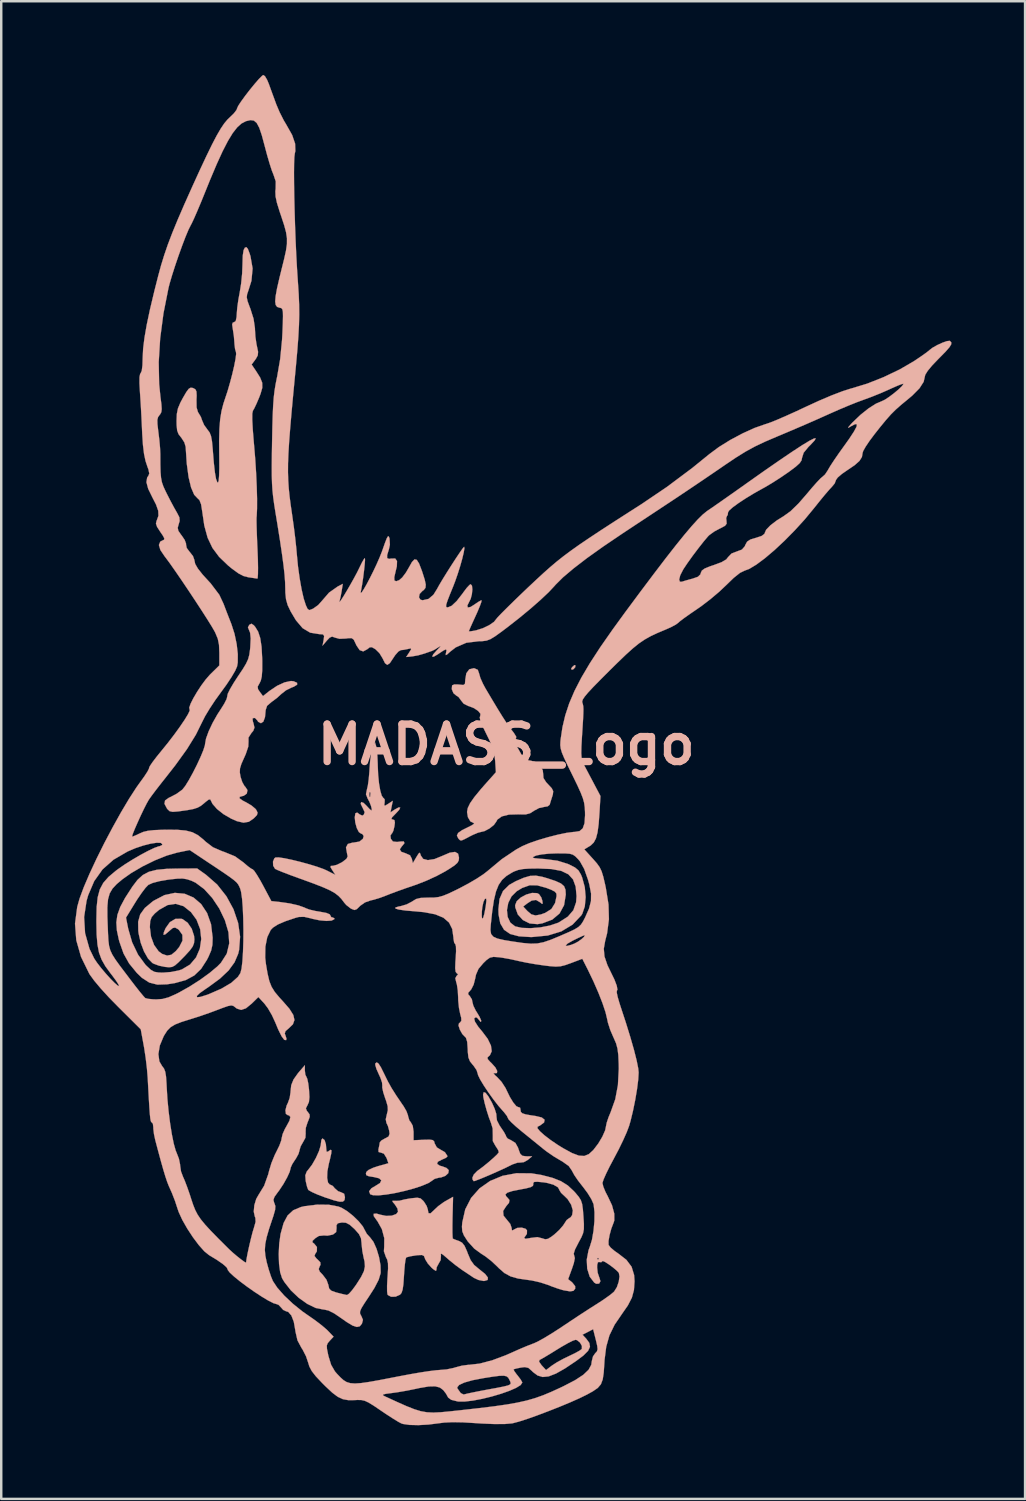
<source format=kicad_pcb>
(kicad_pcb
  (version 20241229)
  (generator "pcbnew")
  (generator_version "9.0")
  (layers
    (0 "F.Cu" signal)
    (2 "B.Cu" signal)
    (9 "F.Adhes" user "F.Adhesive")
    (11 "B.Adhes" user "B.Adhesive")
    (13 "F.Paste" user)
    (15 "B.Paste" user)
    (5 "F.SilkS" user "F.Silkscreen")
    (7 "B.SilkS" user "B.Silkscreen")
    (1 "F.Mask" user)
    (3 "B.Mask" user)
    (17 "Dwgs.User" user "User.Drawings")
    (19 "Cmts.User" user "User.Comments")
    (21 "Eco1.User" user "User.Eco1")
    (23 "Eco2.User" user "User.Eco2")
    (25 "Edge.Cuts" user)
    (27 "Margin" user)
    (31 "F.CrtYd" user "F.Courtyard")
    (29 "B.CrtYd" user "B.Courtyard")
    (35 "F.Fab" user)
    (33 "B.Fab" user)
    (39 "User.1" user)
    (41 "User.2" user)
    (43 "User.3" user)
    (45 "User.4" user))
  (footprint "MADASS_Logo"
    (layer "F.Cu")
    (at 17.566 27.273)
    (property "Reference" "MADASS_Logo" (at 0 0 0) (layer "B.SilkS") (effects (font (size 1.524 1.524) (thickness 0.3))))
    (attr through_hole)
    (fp_poly (pts (xy 2.813 -3.155) (xy 2.74 -3.072) (xy 2.672 -3.048) (xy 2.643 -3.089) (xy 2.687 -3.159) (xy 2.775 -3.235) (xy 2.812 -3.236) (xy 2.813 -3.155)) (stroke (width 0.01) (type solid)) (fill yes) (layer "B.SilkS"))
    (fp_poly (pts (xy -7.399 16.104) (xy -7.344 16.275) (xy -7.33 16.452) (xy -7.317 16.576) (xy -7.262 16.578) (xy -7.221 16.546) (xy -7.148 16.5) (xy -7.116 16.528) (xy -7.126 16.649) (xy -7.177 16.881) (xy -7.225 17.07) (xy -7.284 17.38) (xy -7.294 17.645) (xy -7.258 17.836) (xy -7.179 17.923) (xy -7.16 17.925) (xy -7.057 17.98) (xy -6.987 18.065) (xy -6.847 18.188) (xy -6.734 18.228) (xy -6.602 18.29) (xy -6.568 18.432) (xy -6.585 18.55) (xy -6.652 18.611) (xy -6.788 18.615) (xy -7.013 18.561) (xy -7.35 18.45) (xy -7.398 18.433) (xy -7.677 18.327) (xy -7.904 18.226) (xy -8.042 18.149) (xy -8.066 18.127) (xy -8.113 18) (xy -8.16 17.801) (xy -8.168 17.758) (xy -8.183 17.541) (xy -8.124 17.387) (xy -8.069 17.321) (xy -7.907 17.107) (xy -7.752 16.835) (xy -7.626 16.556) (xy -7.555 16.32) (xy -7.547 16.245) (xy -7.528 16.097) (xy -7.483 16.038) (xy -7.399 16.104)) (stroke (width 0.01) (type solid)) (fill yes) (layer "B.SilkS"))
    (fp_poly (pts (xy -0.843 14.18) (xy -0.73 14.323) (xy -0.586 14.576) (xy -0.578 14.592) (xy -0.47 14.834) (xy -0.405 15.04) (xy -0.397 15.16) (xy -0.379 15.303) (xy -0.273 15.51) (xy -0.219 15.59) (xy -0.093 15.777) (xy -0.014 15.922) (xy 0 15.969) (xy 0.061 16.045) (xy 0.207 16.118) (xy 0.373 16.221) (xy 0.481 16.416) (xy 0.5 16.477) (xy 0.569 16.662) (xy 0.656 16.745) (xy 0.805 16.766) (xy 0.819 16.766) (xy 1.052 16.769) (xy 0.879 16.913) (xy 0.72 17.004) (xy 0.586 17.02) (xy 0.452 17.028) (xy 0.257 17.095) (xy 0.179 17.133) (xy -0.021 17.232) (xy -0.282 17.352) (xy -0.571 17.481) (xy -0.853 17.602) (xy -1.096 17.701) (xy -1.265 17.765) (xy -1.322 17.78) (xy -1.369 17.719) (xy -1.379 17.64) (xy -1.323 17.511) (xy -1.184 17.367) (xy -1.143 17.336) (xy -0.949 17.192) (xy -0.734 17.017) (xy -0.532 16.842) (xy -0.377 16.696) (xy -0.303 16.607) (xy -0.303 16.606) (xy -0.327 16.515) (xy -0.418 16.371) (xy -0.435 16.349) (xy -0.547 16.145) (xy -0.547 15.921) (xy -0.547 15.917) (xy -0.553 15.632) (xy -0.621 15.407) (xy -0.709 15.173) (xy -0.799 14.89) (xy -0.877 14.607) (xy -0.929 14.373) (xy -0.943 14.257) (xy -0.917 14.155) (xy -0.843 14.18)) (stroke (width 0.01) (type solid)) (fill yes) (layer "B.SilkS"))
    (fp_poly (pts (xy -5.202 12.989) (xy -5.103 13.143) (xy -4.966 13.419) (xy -4.954 13.444) (xy -4.816 13.725) (xy -4.668 13.99) (xy -4.486 14.279) (xy -4.246 14.633) (xy -4.177 14.732) (xy -4.064 14.928) (xy -4 15.104) (xy -3.996 15.14) (xy -3.943 15.309) (xy -3.883 15.385) (xy -3.806 15.527) (xy -3.774 15.766) (xy -3.774 15.794) (xy -3.774 16.112) (xy -3.356 16.093) (xy -3.12 16.088) (xy -2.992 16.106) (xy -2.935 16.16) (xy -2.915 16.242) (xy -2.826 16.404) (xy -2.699 16.482) (xy -2.496 16.6) (xy -2.4 16.745) (xy -2.396 16.775) (xy -2.456 16.829) (xy -2.603 16.895) (xy -2.613 16.898) (xy -2.785 16.987) (xy -2.816 17.075) (xy -2.704 17.15) (xy -2.606 17.175) (xy -2.436 17.239) (xy -2.341 17.329) (xy -2.341 17.329) (xy -2.36 17.453) (xy -2.48 17.564) (xy -2.659 17.629) (xy -2.73 17.635) (xy -2.912 17.683) (xy -3.003 17.746) (xy -3.166 17.854) (xy -3.428 17.965) (xy -3.759 18.075) (xy -4.129 18.175) (xy -4.51 18.26) (xy -4.871 18.322) (xy -5.183 18.356) (xy -5.416 18.354) (xy -5.54 18.312) (xy -5.585 18.191) (xy -5.488 18.066) (xy -5.334 17.976) (xy -5.14 17.854) (xy -5.088 17.747) (xy -5.178 17.663) (xy -5.376 17.614) (xy -5.595 17.579) (xy -5.698 17.536) (xy -5.715 17.466) (xy -5.694 17.4) (xy -5.606 17.322) (xy -5.42 17.234) (xy -5.225 17.169) (xy -4.799 17.049) (xy -4.874 16.834) (xy -4.982 16.66) (xy -5.096 16.619) (xy -5.2 16.591) (xy -5.205 16.481) (xy -5.198 16.456) (xy -5.163 16.291) (xy -5.154 16.21) (xy -5.093 16.129) (xy -4.946 16.043) (xy -4.938 16.04) (xy -4.791 15.959) (xy -4.751 15.85) (xy -4.767 15.722) (xy -4.818 15.534) (xy -4.879 15.406) (xy -4.907 15.261) (xy -4.863 15.062) (xy -4.822 14.891) (xy -4.829 14.726) (xy -4.891 14.509) (xy -4.933 14.394) (xy -5.009 14.159) (xy -5.049 13.968) (xy -5.048 13.882) (xy -5.057 13.765) (xy -5.122 13.572) (xy -5.192 13.419) (xy -5.286 13.209) (xy -5.333 13.047) (xy -5.332 12.986) (xy -5.274 12.941) (xy -5.202 12.989)) (stroke (width 0.01) (type solid)) (fill yes) (layer "B.SilkS"))
    (fp_poly (pts (xy -2.187 19.256) (xy -2.192 19.589) (xy -2.192 19.863) (xy -2.185 20.05) (xy -2.175 20.12) (xy -2.088 20.158) (xy -1.932 20.214) (xy -1.8 20.283) (xy -1.697 20.412) (xy -1.597 20.637) (xy -1.569 20.714) (xy -1.45 20.994) (xy -1.308 21.191) (xy -1.101 21.364) (xy -1.089 21.373) (xy -0.859 21.558) (xy -0.747 21.705) (xy -0.757 21.802) (xy -0.891 21.843) (xy -0.92 21.844) (xy -1.133 21.802) (xy -1.315 21.717) (xy -1.492 21.598) (xy -1.718 21.448) (xy -1.807 21.388) (xy -2.049 21.212) (xy -2.309 21.003) (xy -2.408 20.916) (xy -2.575 20.773) (xy -2.656 20.728) (xy -2.665 20.773) (xy -2.658 20.799) (xy -2.67 20.993) (xy -2.746 21.125) (xy -2.832 21.283) (xy -2.846 21.409) (xy -2.87 21.431) (xy -2.97 21.365) (xy -3.041 21.302) (xy -3.196 21.129) (xy -3.298 20.962) (xy -3.312 20.923) (xy -3.351 20.826) (xy -3.432 20.786) (xy -3.596 20.792) (xy -3.69 20.804) (xy -3.901 20.838) (xy -4.047 20.876) (xy -4.077 20.892) (xy -4.103 20.98) (xy -4.129 21.178) (xy -4.153 21.453) (xy -4.164 21.624) (xy -4.187 21.967) (xy -4.219 22.194) (xy -4.265 22.331) (xy -4.327 22.404) (xy -4.507 22.483) (xy -4.69 22.486) (xy -4.819 22.417) (xy -4.838 22.384) (xy -4.852 22.262) (xy -4.853 22.037) (xy -4.839 21.753) (xy -4.832 21.661) (xy -4.812 21.338) (xy -4.816 21.121) (xy -4.848 20.972) (xy -4.899 20.873) (xy -4.982 20.634) (xy -4.97 20.446) (xy -4.967 20.099) (xy -5.065 19.732) (xy -5.246 19.409) (xy -5.272 19.377) (xy -5.395 19.201) (xy -5.4 19.108) (xy -5.285 19.099) (xy -5.126 19.145) (xy -4.888 19.194) (xy -4.658 19.183) (xy -4.481 19.118) (xy -4.407 19.024) (xy -4.432 18.889) (xy -4.53 18.735) (xy -4.629 18.617) (xy -4.632 18.577) (xy -4.54 18.582) (xy -4.536 18.582) (xy -4.359 18.578) (xy -4.282 18.559) (xy -4.146 18.524) (xy -3.933 18.486) (xy -3.836 18.472) (xy -3.621 18.453) (xy -3.489 18.481) (xy -3.383 18.576) (xy -3.346 18.621) (xy -3.24 18.79) (xy -3.193 18.933) (xy -3.193 18.939) (xy -3.166 19.082) (xy -3.085 19.09) (xy -2.948 18.965) (xy -2.94 18.955) (xy -2.771 18.797) (xy -2.548 18.635) (xy -2.47 18.588) (xy -2.165 18.417) (xy -2.187 19.256)) (stroke (width 0.01) (type solid)) (fill yes) (layer "B.SilkS"))
    (fp_poly (pts (xy -1.302 -3.109) (xy -1.159 -3.046) (xy -1.102 -2.886) (xy -1.102 -2.884) (xy -1.053 -2.713) (xy -0.949 -2.48) (xy -0.848 -2.292) (xy -0.566 -1.817) (xy -0.343 -1.446) (xy -0.165 -1.157) (xy -0.018 -0.93) (xy 0.111 -0.742) (xy 0.236 -0.573) (xy 0.308 -0.48) (xy 0.407 -0.323) (xy 0.397 -0.245) (xy 0.382 -0.238) (xy 0.344 -0.177) (xy 0.384 -0.034) (xy 0.445 0.096) (xy 0.612 0.392) (xy 0.762 0.568) (xy 0.916 0.645) (xy 0.994 0.653) (xy 1.193 0.711) (xy 1.371 0.857) (xy 1.487 1.044) (xy 1.505 1.204) (xy 1.516 1.361) (xy 1.624 1.531) (xy 1.712 1.625) (xy 1.857 1.782) (xy 1.913 1.898) (xy 1.899 2.029) (xy 1.873 2.113) (xy 1.812 2.304) (xy 1.771 2.441) (xy 1.769 2.449) (xy 1.689 2.514) (xy 1.536 2.54) (xy 1.334 2.585) (xy 1.129 2.695) (xy 1.119 2.703) (xy 0.968 2.798) (xy 0.799 2.842) (xy 0.555 2.844) (xy 0.488 2.841) (xy 0.109 2.851) (xy -0.18 2.924) (xy -0.361 3.054) (xy -0.403 3.133) (xy -0.502 3.272) (xy -0.681 3.415) (xy -0.882 3.522) (xy -1.023 3.556) (xy -1.151 3.588) (xy -1.35 3.672) (xy -1.481 3.737) (xy -1.69 3.848) (xy -1.809 3.901) (xy -1.874 3.9) (xy -1.925 3.853) (xy -1.957 3.813) (xy -2.009 3.703) (xy -1.959 3.598) (xy -1.795 3.482) (xy -1.569 3.371) (xy -1.392 3.281) (xy -1.306 3.218) (xy -1.322 3.197) (xy -1.461 3.127) (xy -1.561 2.956) (xy -1.596 2.744) (xy -1.567 2.583) (xy -1.473 2.388) (xy -1.301 2.141) (xy -1.04 1.823) (xy -0.874 1.633) (xy -0.421 1.125) (xy -0.45 0.671) (xy -0.481 0.406) (xy -0.549 0.149) (xy -0.669 -0.145) (xy -0.809 -0.432) (xy -0.969 -0.76) (xy -1.057 -0.982) (xy -1.079 -1.114) (xy -1.06 -1.161) (xy -1.05 -1.255) (xy -1.144 -1.371) (xy -1.31 -1.483) (xy -1.516 -1.564) (xy -1.548 -1.572) (xy -1.734 -1.666) (xy -1.832 -1.787) (xy -1.938 -1.933) (xy -2.035 -1.997) (xy -2.151 -2.095) (xy -2.218 -2.258) (xy -2.205 -2.408) (xy -2.201 -2.415) (xy -2.108 -2.451) (xy -1.937 -2.447) (xy -1.914 -2.444) (xy -1.749 -2.427) (xy -1.682 -2.474) (xy -1.669 -2.62) (xy -1.669 -2.64) (xy -1.626 -2.903) (xy -1.505 -3.066) (xy -1.32 -3.111) (xy -1.302 -3.109)) (stroke (width 0.01) (type solid)) (fill yes) (layer "B.SilkS"))
    (fp_poly (pts (xy -7.227 18.739) (xy -6.837 18.812) (xy -6.713 18.859) (xy -6.482 18.997) (xy -6.235 19.194) (xy -6.007 19.416) (xy -5.837 19.626) (xy -5.766 19.763) (xy -5.678 19.924) (xy -5.545 20.069) (xy -5.407 20.251) (xy -5.282 20.531) (xy -5.182 20.863) (xy -5.121 21.199) (xy -5.113 21.494) (xy -5.118 21.537) (xy -5.196 21.796) (xy -5.37 22.132) (xy -5.588 22.472) (xy -5.777 22.755) (xy -5.894 22.945) (xy -5.95 23.072) (xy -5.955 23.161) (xy -5.92 23.241) (xy -5.904 23.264) (xy -5.835 23.428) (xy -5.876 23.581) (xy -5.963 23.689) (xy -6.083 23.717) (xy -6.255 23.661) (xy -6.499 23.514) (xy -6.706 23.368) (xy -7.008 23.163) (xy -7.238 23.047) (xy -7.424 23.006) (xy -7.45 23.005) (xy -7.757 22.945) (xy -8.099 22.779) (xy -8.447 22.532) (xy -8.77 22.226) (xy -9.036 21.886) (xy -9.129 21.73) (xy -9.206 21.491) (xy -9.252 21.151) (xy -9.266 20.752) (xy -9.246 20.335) (xy -9.237 20.269) (xy -7.892 20.269) (xy -7.82 20.324) (xy -7.709 20.461) (xy -7.711 20.635) (xy -7.777 20.738) (xy -7.809 20.823) (xy -7.727 20.93) (xy -7.686 20.966) (xy -7.571 21.083) (xy -7.563 21.184) (xy -7.597 21.25) (xy -7.637 21.358) (xy -7.594 21.464) (xy -7.474 21.591) (xy -7.32 21.794) (xy -7.243 22.006) (xy -7.243 22.011) (xy -7.211 22.153) (xy -7.126 22.239) (xy -6.947 22.304) (xy -6.894 22.319) (xy -6.68 22.373) (xy -6.521 22.409) (xy -6.483 22.415) (xy -6.404 22.363) (xy -6.275 22.218) (xy -6.122 22.01) (xy -6.101 21.979) (xy -5.909 21.677) (xy -5.797 21.448) (xy -5.755 21.253) (xy -5.77 21.051) (xy -5.805 20.903) (xy -5.86 20.628) (xy -5.89 20.346) (xy -5.892 20.304) (xy -5.915 20.104) (xy -5.997 19.935) (xy -6.166 19.742) (xy -6.182 19.726) (xy -6.373 19.554) (xy -6.526 19.473) (xy -6.686 19.462) (xy -6.699 19.463) (xy -6.858 19.494) (xy -6.913 19.573) (xy -6.91 19.686) (xy -6.925 19.849) (xy -7.043 19.944) (xy -7.078 19.958) (xy -7.281 19.998) (xy -7.43 19.989) (xy -7.632 20.011) (xy -7.77 20.098) (xy -7.884 20.205) (xy -7.892 20.269) (xy -9.237 20.269) (xy -9.192 19.941) (xy -9.187 19.919) (xy -9.067 19.485) (xy -8.902 19.174) (xy -8.673 18.963) (xy -8.363 18.833) (xy -8.209 18.797) (xy -7.696 18.734) (xy -7.227 18.739)) (stroke (width 0.01) (type solid)) (fill yes) (layer "B.SilkS"))
    (fp_poly (pts (xy 1.025 17.461) (xy 1.43 17.526) (xy 1.882 17.643) (xy 2.227 17.779) (xy 2.506 17.953) (xy 2.756 18.186) (xy 2.811 18.246) (xy 2.95 18.413) (xy 3.039 18.553) (xy 3.091 18.711) (xy 3.122 18.932) (xy 3.143 19.208) (xy 3.163 19.518) (xy 3.161 19.731) (xy 3.13 19.897) (xy 3.06 20.065) (xy 2.942 20.283) (xy 2.94 20.288) (xy 2.801 20.56) (xy 2.748 20.731) (xy 2.767 20.809) (xy 2.794 20.912) (xy 2.753 21.116) (xy 2.683 21.327) (xy 2.521 21.769) (xy 2.688 21.904) (xy 2.807 22.054) (xy 2.808 22.159) (xy 2.737 22.245) (xy 2.595 22.266) (xy 2.354 22.226) (xy 2.286 22.209) (xy 2.093 22.15) (xy 1.838 22.059) (xy 1.686 21.999) (xy 1.377 21.899) (xy 1.033 21.822) (xy 0.887 21.802) (xy 0.48 21.744) (xy 0.174 21.656) (xy -0.075 21.52) (xy -0.308 21.316) (xy -0.363 21.259) (xy -0.596 21.04) (xy -0.853 20.839) (xy -1.016 20.735) (xy -1.302 20.526) (xy -1.559 20.242) (xy -1.586 20.203) (xy -1.725 19.986) (xy -1.791 19.817) (xy -1.804 19.631) (xy -1.79 19.459) (xy -1.684 18.992) (xy -0.127 18.992) (xy -0.11 19.183) (xy 0.036 19.363) (xy 0.164 19.52) (xy 0.218 19.679) (xy 0.218 19.681) (xy 0.233 19.787) (xy 0.293 19.766) (xy 0.305 19.754) (xy 0.448 19.683) (xy 0.63 19.671) (xy 0.786 19.716) (xy 0.846 19.781) (xy 0.842 19.924) (xy 0.808 19.977) (xy 0.73 20.085) (xy 0.78 20.126) (xy 0.956 20.099) (xy 0.988 20.091) (xy 1.269 20.057) (xy 1.455 20.104) (xy 1.587 20.145) (xy 1.702 20.127) (xy 1.848 20.035) (xy 1.963 19.946) (xy 2.159 19.766) (xy 2.318 19.582) (xy 2.368 19.504) (xy 2.46 19.363) (xy 2.538 19.304) (xy 2.539 19.304) (xy 2.624 19.247) (xy 2.684 19.161) (xy 2.712 18.97) (xy 2.644 18.738) (xy 2.499 18.509) (xy 2.367 18.38) (xy 2.237 18.259) (xy 2.178 18.167) (xy 2.177 18.162) (xy 2.109 18.032) (xy 1.92 17.921) (xy 1.634 17.844) (xy 1.502 17.825) (xy 1.266 17.803) (xy 1.143 17.81) (xy 1.101 17.851) (xy 1.103 17.9) (xy 1.088 17.968) (xy 0.998 18.022) (xy 0.808 18.073) (xy 0.59 18.113) (xy 0.253 18.18) (xy 0.049 18.245) (xy -0.032 18.314) (xy -0.004 18.395) (xy 0.033 18.431) (xy 0.131 18.546) (xy 0.112 18.662) (xy 0 18.796) (xy -0.127 18.992) (xy -1.684 18.992) (xy -1.669 18.926) (xy -1.43 18.461) (xy -1.087 18.073) (xy -0.656 17.77) (xy -0.151 17.561) (xy 0.414 17.455) (xy 1.025 17.461)) (stroke (width 0.01) (type solid)) (fill yes) (layer "B.SilkS"))
    (fp_poly (pts (xy -10.282 -4.862) (xy -10.228 -4.801) (xy -10.104 -4.6) (xy -10.018 -4.336) (xy -9.964 -3.983) (xy -9.939 -3.518) (xy -9.936 -3.392) (xy -9.937 -3.026) (xy -9.956 -2.773) (xy -9.996 -2.602) (xy -10.045 -2.502) (xy -10.122 -2.362) (xy -10.108 -2.256) (xy -10.035 -2.148) (xy -9.906 -1.976) (xy -9.64 -2.187) (xy -9.33 -2.395) (xy -9.027 -2.534) (xy -8.768 -2.59) (xy -8.662 -2.58) (xy -8.518 -2.517) (xy -8.516 -2.44) (xy -8.653 -2.356) (xy -8.742 -2.323) (xy -8.966 -2.213) (xy -9.157 -2.064) (xy -9.159 -2.062) (xy -9.34 -1.897) (xy -9.551 -1.741) (xy -9.561 -1.734) (xy -9.74 -1.579) (xy -9.798 -1.403) (xy -9.798 -1.391) (xy -9.824 -1.119) (xy -9.891 -0.936) (xy -9.989 -0.871) (xy -10.103 -0.929) (xy -10.134 -0.98) (xy -10.223 -1.076) (xy -10.273 -1.089) (xy -10.331 -1.06) (xy -10.32 -0.951) (xy -10.293 -0.867) (xy -10.253 -0.692) (xy -10.302 -0.56) (xy -10.378 -0.471) (xy -10.496 -0.287) (xy -10.496 -0.12) (xy -10.505 0.081) (xy -10.607 0.385) (xy -10.671 0.528) (xy -10.787 0.789) (xy -10.843 0.974) (xy -10.85 1.134) (xy -10.82 1.313) (xy -10.75 1.527) (xy -10.661 1.685) (xy -10.629 1.716) (xy -10.539 1.851) (xy -10.564 1.993) (xy -10.69 2.085) (xy -10.723 2.091) (xy -10.855 2.128) (xy -10.858 2.189) (xy -10.73 2.281) (xy -10.579 2.359) (xy -10.372 2.482) (xy -10.212 2.617) (xy -10.179 2.66) (xy -10.125 2.774) (xy -10.152 2.869) (xy -10.277 3) (xy -10.282 3.005) (xy -10.483 3.143) (xy -10.7 3.18) (xy -10.969 3.118) (xy -11.201 3.016) (xy -11.515 2.833) (xy -11.779 2.623) (xy -11.961 2.416) (xy -12.015 2.307) (xy -12.052 2.234) (xy -12.115 2.238) (xy -12.237 2.33) (xy -12.305 2.389) (xy -12.436 2.494) (xy -12.57 2.568) (xy -12.74 2.623) (xy -12.984 2.669) (xy -13.334 2.718) (xy -13.365 2.722) (xy -13.582 2.739) (xy -13.71 2.711) (xy -13.802 2.623) (xy -13.818 2.6) (xy -13.918 2.411) (xy -13.895 2.276) (xy -13.741 2.166) (xy -13.662 2.13) (xy -13.421 2.002) (xy -13.2 1.841) (xy -13.184 1.826) (xy -13.071 1.683) (xy -12.924 1.445) (xy -12.761 1.148) (xy -12.597 0.824) (xy -12.45 0.507) (xy -12.336 0.232) (xy -12.272 0.031) (xy -12.265 -0.027) (xy -12.225 -0.246) (xy -12.117 -0.544) (xy -11.957 -0.884) (xy -11.763 -1.228) (xy -11.633 -1.428) (xy -11.488 -1.657) (xy -11.39 -1.85) (xy -11.359 -1.969) (xy -11.361 -1.978) (xy -11.338 -2.076) (xy -11.245 -2.264) (xy -11.099 -2.513) (xy -10.936 -2.764) (xy -10.732 -3.069) (xy -10.596 -3.295) (xy -10.511 -3.479) (xy -10.463 -3.659) (xy -10.433 -3.874) (xy -10.424 -3.973) (xy -10.407 -4.324) (xy -10.43 -4.553) (xy -10.466 -4.643) (xy -10.519 -4.775) (xy -10.463 -4.877) (xy -10.461 -4.879) (xy -10.376 -4.923) (xy -10.282 -4.862)) (stroke (width 0.01) (type solid)) (fill yes) (layer "B.SilkS"))
    (fp_poly (pts (xy -10.521 -20.185) (xy -10.451 -20.002) (xy -10.416 -19.891) (xy -10.329 -19.391) (xy -10.376 -18.888) (xy -10.5 -18.494) (xy -10.553 -18.341) (xy -10.567 -18.211) (xy -10.534 -18.056) (xy -10.45 -17.828) (xy -10.42 -17.753) (xy -10.29 -17.341) (xy -10.234 -16.962) (xy -10.233 -16.911) (xy -10.215 -16.61) (xy -10.17 -16.303) (xy -10.15 -16.21) (xy -10.106 -15.995) (xy -10.118 -15.852) (xy -10.192 -15.715) (xy -10.218 -15.68) (xy -10.368 -15.477) (xy -10.191 -15.216) (xy -10.02 -14.945) (xy -9.937 -14.734) (xy -9.935 -14.529) (xy -10.007 -14.279) (xy -10.062 -14.137) (xy -10.166 -13.892) (xy -10.26 -13.694) (xy -10.319 -13.592) (xy -10.342 -13.478) (xy -10.343 -13.221) (xy -10.321 -12.822) (xy -10.277 -12.281) (xy -10.269 -12.195) (xy -10.222 -11.629) (xy -10.186 -11.06) (xy -10.161 -10.515) (xy -10.147 -10.022) (xy -10.148 -9.611) (xy -10.162 -9.308) (xy -10.168 -9.253) (xy -10.17 -9.133) (xy -10.166 -8.897) (xy -10.156 -8.572) (xy -10.141 -8.186) (xy -10.129 -7.928) (xy -10.114 -7.534) (xy -10.108 -7.198) (xy -10.111 -6.942) (xy -10.122 -6.791) (xy -10.135 -6.76) (xy -10.24 -6.776) (xy -10.429 -6.804) (xy -10.503 -6.814) (xy -10.698 -6.865) (xy -10.906 -6.973) (xy -11.16 -7.157) (xy -11.326 -7.293) (xy -11.691 -7.643) (xy -11.964 -8.009) (xy -12.161 -8.424) (xy -12.296 -8.918) (xy -12.38 -9.491) (xy -12.427 -9.787) (xy -12.495 -9.959) (xy -12.555 -10.015) (xy -12.707 -10.173) (xy -12.834 -10.468) (xy -12.936 -10.892) (xy -13.01 -11.44) (xy -13.054 -12.103) (xy -13.055 -12.127) (xy -13.109 -12.308) (xy -13.23 -12.496) (xy -13.244 -12.512) (xy -13.346 -12.644) (xy -13.402 -12.793) (xy -13.423 -13.009) (xy -13.426 -13.182) (xy -13.415 -13.464) (xy -13.37 -13.689) (xy -13.272 -13.923) (xy -13.168 -14.118) (xy -13.029 -14.356) (xy -12.931 -14.488) (xy -12.85 -14.535) (xy -12.762 -14.523) (xy -12.75 -14.519) (xy -12.66 -14.469) (xy -12.616 -14.38) (xy -12.607 -14.213) (xy -12.614 -14.044) (xy -12.61 -13.73) (xy -12.554 -13.539) (xy -12.533 -13.509) (xy -12.435 -13.344) (xy -12.385 -13.202) (xy -12.304 -13.016) (xy -12.17 -12.831) (xy -12.169 -12.83) (xy -12.081 -12.713) (xy -12.023 -12.567) (xy -11.983 -12.352) (xy -11.953 -12.033) (xy -11.951 -12.001) (xy -11.908 -11.472) (xy -11.864 -11.081) (xy -11.819 -10.823) (xy -11.77 -10.69) (xy -11.739 -10.668) (xy -11.712 -10.738) (xy -11.694 -10.94) (xy -11.685 -11.26) (xy -11.687 -11.684) (xy -11.688 -11.775) (xy -11.693 -12.371) (xy -11.681 -12.852) (xy -11.65 -13.246) (xy -11.596 -13.581) (xy -11.517 -13.888) (xy -11.455 -14.075) (xy -11.351 -14.387) (xy -11.25 -14.736) (xy -11.156 -15.092) (xy -11.078 -15.426) (xy -11.024 -15.707) (xy -10.999 -15.905) (xy -11.006 -15.984) (xy -11.043 -16.108) (xy -11.067 -16.308) (xy -11.07 -16.363) (xy -11.092 -16.638) (xy -11.133 -16.91) (xy -11.136 -16.927) (xy -11.162 -17.11) (xy -11.134 -17.188) (xy -11.088 -17.199) (xy -11.017 -17.249) (xy -10.982 -17.411) (xy -10.974 -17.544) (xy -10.954 -17.796) (xy -10.909 -18.116) (xy -10.853 -18.42) (xy -10.797 -18.769) (xy -10.756 -19.176) (xy -10.741 -19.552) (xy -10.741 -19.554) (xy -10.73 -19.911) (xy -10.696 -20.137) (xy -10.643 -20.238) (xy -10.58 -20.257) (xy -10.521 -20.185)) (stroke (width 0.01) (type solid)) (fill yes) (layer "B.SilkS"))
    (fp_poly (pts (xy -5.295 0.073) (xy -5.268 0.23) (xy -5.246 0.484) (xy -5.233 0.784) (xy -5.232 0.849) (xy -5.216 1.229) (xy -5.181 1.579) (xy -5.131 1.871) (xy -5.071 2.079) (xy -5.007 2.174) (xy -4.993 2.177) (xy -4.948 2.237) (xy -4.952 2.353) (xy -4.967 2.471) (xy -4.926 2.484) (xy -4.803 2.409) (xy -4.62 2.289) (xy -4.667 2.524) (xy -4.714 2.759) (xy -4.532 2.64) (xy -4.375 2.556) (xy -4.317 2.567) (xy -4.36 2.657) (xy -4.504 2.814) (xy -4.513 2.822) (xy -4.65 2.964) (xy -4.676 3.034) (xy -4.631 3.048) (xy -4.554 3.073) (xy -4.534 3.174) (xy -4.552 3.32) (xy -4.594 3.502) (xy -4.645 3.608) (xy -4.656 3.616) (xy -4.715 3.702) (xy -4.7 3.833) (xy -4.624 3.936) (xy -4.603 3.947) (xy -4.444 3.965) (xy -4.312 3.947) (xy -4.171 3.943) (xy -4.145 4.014) (xy -4.242 4.134) (xy -4.248 4.139) (xy -4.333 4.262) (xy -4.28 4.362) (xy -4.098 4.427) (xy -3.919 4.506) (xy -3.846 4.645) (xy -3.803 4.826) (xy -3.662 4.586) (xy -3.569 4.437) (xy -3.52 4.403) (xy -3.49 4.474) (xy -3.481 4.513) (xy -3.383 4.655) (xy -3.191 4.705) (xy -2.922 4.662) (xy -2.612 4.536) (xy -2.3 4.402) (xy -2.085 4.37) (xy -1.962 4.44) (xy -1.923 4.608) (xy -1.936 4.72) (xy -1.99 4.817) (xy -2.109 4.923) (xy -2.318 5.061) (xy -2.491 5.167) (xy -2.831 5.349) (xy -3.238 5.536) (xy -3.642 5.696) (xy -3.761 5.737) (xy -4.114 5.857) (xy -4.466 5.983) (xy -4.761 6.094) (xy -4.862 6.135) (xy -5.132 6.237) (xy -5.393 6.317) (xy -5.522 6.346) (xy -5.752 6.427) (xy -5.947 6.564) (xy -5.952 6.569) (xy -6.084 6.7) (xy -6.178 6.737) (xy -6.292 6.695) (xy -6.35 6.662) (xy -6.515 6.532) (xy -6.592 6.444) (xy -6.709 6.29) (xy -6.83 6.163) (xy -6.976 6.05) (xy -7.168 5.94) (xy -7.427 5.823) (xy -7.773 5.686) (xy -8.227 5.519) (xy -8.455 5.437) (xy -8.792 5.314) (xy -9.084 5.202) (xy -9.301 5.114) (xy -9.412 5.061) (xy -9.416 5.058) (xy -9.492 4.931) (xy -9.499 4.765) (xy -9.442 4.63) (xy -9.395 4.597) (xy -9.268 4.594) (xy -9.036 4.628) (xy -8.731 4.692) (xy -8.387 4.776) (xy -8.035 4.872) (xy -7.709 4.972) (xy -7.44 5.068) (xy -7.31 5.126) (xy -6.959 5.304) (xy -7.08 5.119) (xy -7.157 4.991) (xy -7.146 4.942) (xy -7.051 4.935) (xy -6.895 4.895) (xy -6.7 4.797) (xy -6.66 4.771) (xy -6.507 4.653) (xy -6.458 4.553) (xy -6.486 4.419) (xy -6.486 4.417) (xy -6.526 4.188) (xy -6.451 4.047) (xy -6.259 3.992) (xy -6.222 3.991) (xy -5.981 3.95) (xy -5.836 3.835) (xy -5.806 3.723) (xy -5.864 3.638) (xy -5.907 3.629) (xy -6.001 3.563) (xy -6.087 3.397) (xy -6.148 3.174) (xy -6.169 2.965) (xy -6.144 2.798) (xy -6.07 2.768) (xy -5.965 2.845) (xy -5.861 2.892) (xy -5.799 2.853) (xy -5.766 2.75) (xy -5.84 2.59) (xy -5.845 2.582) (xy -5.926 2.414) (xy -5.908 2.34) (xy -5.811 2.373) (xy -5.694 2.486) (xy -5.573 2.617) (xy -5.496 2.683) (xy -5.489 2.685) (xy -5.475 2.628) (xy -5.509 2.491) (xy -5.576 2.323) (xy -5.645 2.195) (xy -5.708 2.032) (xy -5.577 2.032) (xy -5.565 2.135) (xy -5.54 2.123) (xy -5.53 1.974) (xy -5.54 1.941) (xy -5.566 1.932) (xy -5.577 2.032) (xy -5.708 2.032) (xy -5.712 2.022) (xy -5.674 1.832) (xy -5.636 1.67) (xy -5.6 1.409) (xy -5.573 1.097) (xy -5.567 0.98) (xy -5.542 0.658) (xy -5.504 0.367) (xy -5.459 0.156) (xy -5.443 0.109) (xy -5.35 -0.109) (xy -5.295 0.073)) (stroke (width 0.01) (type solid)) (fill yes) (layer "B.SilkS"))
    (fp_poly (pts (xy -9.826 -27.221) (xy -9.737 -27.07) (xy -9.67 -26.91) (xy -9.565 -26.62) (xy -9.442 -26.285) (xy -9.366 -26.076) (xy -9.231 -25.758) (xy -9.062 -25.424) (xy -8.953 -25.241) (xy -8.718 -24.824) (xy -8.598 -24.473) (xy -8.588 -24.172) (xy -8.61 -24.074) (xy -8.628 -23.932) (xy -8.639 -23.665) (xy -8.643 -23.291) (xy -8.64 -22.832) (xy -8.632 -22.306) (xy -8.618 -21.733) (xy -8.6 -21.133) (xy -8.577 -20.525) (xy -8.55 -19.929) (xy -8.519 -19.364) (xy -8.485 -18.85) (xy -8.481 -18.792) (xy -8.451 -18.339) (xy -8.434 -17.924) (xy -8.43 -17.519) (xy -8.44 -17.095) (xy -8.465 -16.624) (xy -8.506 -16.077) (xy -8.564 -15.425) (xy -8.592 -15.131) (xy -8.676 -14.254) (xy -8.745 -13.505) (xy -8.8 -12.867) (xy -8.842 -12.323) (xy -8.87 -11.858) (xy -8.886 -11.453) (xy -8.888 -11.093) (xy -8.878 -10.761) (xy -8.857 -10.44) (xy -8.824 -10.114) (xy -8.779 -9.766) (xy -8.723 -9.38) (xy -8.71 -9.289) (xy -8.65 -8.862) (xy -8.594 -8.41) (xy -8.549 -7.993) (xy -8.526 -7.729) (xy -8.48 -7.251) (xy -8.413 -6.77) (xy -8.334 -6.323) (xy -8.248 -5.947) (xy -8.161 -5.678) (xy -8.161 -5.677) (xy -8.087 -5.521) (xy -8.015 -5.477) (xy -7.892 -5.524) (xy -7.851 -5.545) (xy -7.659 -5.683) (xy -7.522 -5.835) (xy -7.216 -6.189) (xy -6.866 -6.436) (xy -6.656 -6.546) (xy -6.702 -6.255) (xy -6.743 -6.033) (xy -6.785 -5.855) (xy -6.792 -5.83) (xy -6.787 -5.808) (xy -6.725 -5.888) (xy -6.622 -6.048) (xy -6.492 -6.264) (xy -6.349 -6.511) (xy -6.206 -6.766) (xy -6.078 -7.004) (xy -5.98 -7.202) (xy -5.979 -7.205) (xy -5.876 -7.415) (xy -5.795 -7.555) (xy -5.756 -7.594) (xy -5.751 -7.514) (xy -5.765 -7.329) (xy -5.792 -7.078) (xy -5.827 -6.8) (xy -5.866 -6.533) (xy -5.905 -6.316) (xy -5.921 -6.241) (xy -5.926 -6.169) (xy -5.881 -6.207) (xy -5.796 -6.336) (xy -5.682 -6.535) (xy -5.551 -6.784) (xy -5.412 -7.062) (xy -5.277 -7.348) (xy -5.157 -7.622) (xy -5.061 -7.864) (xy -5.045 -7.91) (xy -4.937 -8.217) (xy -4.864 -8.403) (xy -4.815 -8.483) (xy -4.782 -8.475) (xy -4.753 -8.394) (xy -4.752 -8.389) (xy -4.738 -8.139) (xy -4.779 -7.949) (xy -4.85 -7.718) (xy -4.85 -7.596) (xy -4.772 -7.562) (xy -4.679 -7.578) (xy -4.521 -7.579) (xy -4.447 -7.475) (xy -4.455 -7.261) (xy -4.499 -7.079) (xy -4.558 -6.822) (xy -4.555 -6.685) (xy -4.482 -6.652) (xy -4.359 -6.697) (xy -4.234 -6.807) (xy -4.086 -7.004) (xy -3.969 -7.204) (xy -3.84 -7.434) (xy -3.736 -7.543) (xy -3.644 -7.524) (xy -3.549 -7.374) (xy -3.439 -7.088) (xy -3.416 -7.021) (xy -3.319 -6.715) (xy -3.277 -6.514) (xy -3.289 -6.384) (xy -3.356 -6.297) (xy -3.411 -6.258) (xy -3.527 -6.135) (xy -3.554 -6) (xy -3.493 -5.901) (xy -3.406 -5.878) (xy -3.164 -5.933) (xy -2.962 -6.106) (xy -2.82 -6.334) (xy -2.725 -6.506) (xy -2.584 -6.743) (xy -2.413 -7.019) (xy -2.23 -7.307) (xy -2.052 -7.582) (xy -1.896 -7.815) (xy -1.779 -7.982) (xy -1.718 -8.054) (xy -1.715 -8.055) (xy -1.703 -7.992) (xy -1.732 -7.821) (xy -1.791 -7.572) (xy -1.874 -7.276) (xy -1.973 -6.961) (xy -2.078 -6.657) (xy -2.154 -6.459) (xy -2.299 -6.103) (xy -2.393 -5.86) (xy -2.442 -5.709) (xy -2.451 -5.627) (xy -2.426 -5.594) (xy -2.381 -5.588) (xy -2.221 -5.654) (xy -2.016 -5.848) (xy -1.772 -6.161) (xy -1.743 -6.204) (xy -1.606 -6.385) (xy -1.494 -6.504) (xy -1.448 -6.531) (xy -1.395 -6.47) (xy -1.38 -6.318) (xy -1.399 -6.123) (xy -1.448 -5.935) (xy -1.495 -5.842) (xy -1.583 -5.665) (xy -1.566 -5.583) (xy -1.453 -5.605) (xy -1.31 -5.694) (xy -1.144 -5.808) (xy -1.027 -5.873) (xy -1.007 -5.878) (xy -1.011 -5.818) (xy -1.069 -5.655) (xy -1.167 -5.418) (xy -1.238 -5.26) (xy -1.362 -4.989) (xy -1.459 -4.773) (xy -1.515 -4.64) (xy -1.524 -4.615) (xy -1.461 -4.612) (xy -1.302 -4.638) (xy -1.218 -4.656) (xy -0.946 -4.742) (xy -0.691 -4.865) (xy -0.498 -4.999) (xy -0.413 -5.106) (xy -0.352 -5.181) (xy -0.2 -5.34) (xy 0.028 -5.568) (xy 0.317 -5.852) (xy 0.652 -6.175) (xy 0.907 -6.418) (xy 1.229 -6.72) (xy 1.517 -6.986) (xy 1.787 -7.226) (xy 2.052 -7.45) (xy 2.329 -7.67) (xy 2.631 -7.895) (xy 2.973 -8.138) (xy 3.37 -8.407) (xy 3.836 -8.716) (xy 4.386 -9.073) (xy 5.035 -9.49) (xy 5.515 -9.797) (xy 6.542 -10.492) (xy 7.573 -11.263) (xy 8.273 -11.831) (xy 8.657 -12.116) (xy 9.124 -12.406) (xy 9.627 -12.674) (xy 10.119 -12.897) (xy 10.555 -13.05) (xy 10.595 -13.061) (xy 10.764 -13.12) (xy 11.036 -13.23) (xy 11.384 -13.381) (xy 11.782 -13.56) (xy 12.192 -13.752) (xy 12.743 -14.005) (xy 13.251 -14.221) (xy 13.69 -14.389) (xy 14.033 -14.499) (xy 14.07 -14.508) (xy 14.701 -14.7) (xy 15.374 -14.967) (xy 16.028 -15.28) (xy 16.601 -15.613) (xy 16.619 -15.625) (xy 16.871 -15.795) (xy 17.079 -15.942) (xy 17.211 -16.042) (xy 17.236 -16.066) (xy 17.361 -16.162) (xy 17.552 -16.27) (xy 17.762 -16.366) (xy 17.947 -16.431) (xy 18.059 -16.443) (xy 18.065 -16.441) (xy 18.124 -16.383) (xy 18.123 -16.304) (xy 18.051 -16.185) (xy 17.896 -16.007) (xy 17.647 -15.753) (xy 17.599 -15.705) (xy 17.348 -15.443) (xy 17.165 -15.222) (xy 17.067 -15.065) (xy 17.054 -15.018) (xy 16.999 -14.775) (xy 16.829 -14.51) (xy 16.535 -14.213) (xy 16.346 -14.054) (xy 16.08 -13.835) (xy 15.863 -13.643) (xy 15.667 -13.448) (xy 15.465 -13.22) (xy 15.226 -12.929) (xy 14.993 -12.634) (xy 14.795 -12.369) (xy 14.637 -12.134) (xy 14.538 -11.959) (xy 14.514 -11.885) (xy 14.485 -11.713) (xy 14.385 -11.553) (xy 14.192 -11.381) (xy 13.899 -11.182) (xy 13.668 -11.022) (xy 13.501 -10.878) (xy 13.427 -10.776) (xy 13.426 -10.766) (xy 13.376 -10.636) (xy 13.26 -10.495) (xy 13.152 -10.379) (xy 12.978 -10.177) (xy 12.764 -9.916) (xy 12.531 -9.625) (xy 12.524 -9.616) (xy 12.153 -9.167) (xy 11.75 -8.725) (xy 11.335 -8.304) (xy 10.924 -7.92) (xy 10.535 -7.59) (xy 10.186 -7.33) (xy 9.894 -7.154) (xy 9.705 -7.083) (xy 9.52 -6.994) (xy 9.263 -6.789) (xy 8.971 -6.506) (xy 8.677 -6.228) (xy 8.315 -5.922) (xy 7.944 -5.638) (xy 7.765 -5.514) (xy 7.483 -5.321) (xy 7.243 -5.151) (xy 7.073 -5.022) (xy 7.003 -4.959) (xy 6.901 -4.884) (xy 6.707 -4.781) (xy 6.495 -4.687) (xy 6.162 -4.547) (xy 5.885 -4.417) (xy 5.642 -4.281) (xy 5.407 -4.122) (xy 5.16 -3.922) (xy 4.875 -3.665) (xy 4.531 -3.334) (xy 4.21 -3.018) (xy 3.827 -2.634) (xy 3.537 -2.338) (xy 3.33 -2.116) (xy 3.195 -1.954) (xy 3.119 -1.839) (xy 3.093 -1.758) (xy 3.099 -1.711) (xy 3.122 -1.638) (xy 3.137 -1.557) (xy 3.143 -1.445) (xy 3.14 -1.278) (xy 3.129 -1.033) (xy 3.108 -0.685) (xy 3.084 -0.319) (xy 3.062 0.074) (xy 3.056 0.353) (xy 3.069 0.547) (xy 3.101 0.686) (xy 3.138 0.77) (xy 3.223 0.932) (xy 3.352 1.177) (xy 3.501 1.458) (xy 3.543 1.538) (xy 3.837 2.095) (xy 3.798 2.771) (xy 3.764 3.234) (xy 3.718 3.576) (xy 3.654 3.819) (xy 3.564 3.988) (xy 3.443 4.105) (xy 3.401 4.132) (xy 3.18 4.266) (xy 3.534 4.657) (xy 3.692 4.837) (xy 3.803 4.992) (xy 3.884 5.16) (xy 3.952 5.38) (xy 4.024 5.688) (xy 4.056 5.838) (xy 4.165 6.512) (xy 4.182 7.114) (xy 4.107 7.688) (xy 4.029 7.994) (xy 3.973 8.312) (xy 4.001 8.629) (xy 4.122 8.984) (xy 4.248 9.244) (xy 4.405 9.567) (xy 4.501 9.819) (xy 4.529 9.98) (xy 4.504 10.029) (xy 4.501 10.102) (xy 4.539 10.281) (xy 4.612 10.531) (xy 4.656 10.668) (xy 4.87 11.319) (xy 5.053 11.912) (xy 5.202 12.432) (xy 5.31 12.861) (xy 5.375 13.184) (xy 5.392 13.353) (xy 5.375 13.646) (xy 5.326 14.035) (xy 5.252 14.474) (xy 5.161 14.919) (xy 5.062 15.327) (xy 5.003 15.53) (xy 4.909 15.78) (xy 4.761 16.112) (xy 4.581 16.483) (xy 4.387 16.85) (xy 4.387 16.851) (xy 4.212 17.179) (xy 4.067 17.474) (xy 3.965 17.705) (xy 3.92 17.845) (xy 3.919 17.858) (xy 3.954 18.006) (xy 4.044 18.222) (xy 4.131 18.388) (xy 4.308 18.763) (xy 4.4 19.103) (xy 4.401 19.38) (xy 4.371 19.473) (xy 4.279 19.713) (xy 4.207 19.978) (xy 4.166 20.215) (xy 4.168 20.372) (xy 4.17 20.378) (xy 4.251 20.484) (xy 4.416 20.624) (xy 4.553 20.719) (xy 4.892 20.981) (xy 5.105 21.265) (xy 5.208 21.602) (xy 5.225 21.857) (xy 5.201 22.211) (xy 5.117 22.522) (xy 4.955 22.837) (xy 4.726 23.167) (xy 4.414 23.624) (xy 4.202 24.059) (xy 4.072 24.52) (xy 4.004 25.058) (xy 3.996 25.193) (xy 3.97 25.58) (xy 3.929 25.854) (xy 3.855 26.05) (xy 3.728 26.199) (xy 3.529 26.336) (xy 3.28 26.473) (xy 2.98 26.62) (xy 2.599 26.789) (xy 2.166 26.969) (xy 1.711 27.148) (xy 1.264 27.317) (xy 0.855 27.462) (xy 0.512 27.572) (xy 0.266 27.637) (xy 0.231 27.643) (xy -0.067 27.669) (xy -0.484 27.67) (xy -0.996 27.649) (xy -1.221 27.634) (xy -1.755 27.602) (xy -2.179 27.594) (xy -2.524 27.61) (xy -2.759 27.64) (xy -3.174 27.692) (xy -3.579 27.714) (xy -3.935 27.706) (xy -4.202 27.667) (xy -4.269 27.646) (xy -4.397 27.578) (xy -4.611 27.447) (xy -4.878 27.274) (xy -5.099 27.125) (xy -5.392 26.926) (xy -5.601 26.797) (xy -5.758 26.724) (xy -5.9 26.692) (xy -6.06 26.689) (xy -6.174 26.695) (xy -6.433 26.697) (xy -6.65 26.658) (xy -6.856 26.563) (xy -6.945 26.497) (xy -5.023 26.497) (xy -4.945 26.541) (xy -4.935 26.545) (xy -4.445 26.77) (xy -4.058 26.942) (xy -3.747 27.065) (xy -3.481 27.147) (xy -3.231 27.191) (xy -2.968 27.203) (xy -2.663 27.189) (xy -2.287 27.153) (xy -1.851 27.106) (xy -1.112 27.023) (xy -0.496 26.948) (xy 0.02 26.874) (xy 0.456 26.797) (xy 0.835 26.712) (xy 1.179 26.613) (xy 1.51 26.495) (xy 1.849 26.353) (xy 2.219 26.183) (xy 2.345 26.122) (xy 2.807 25.882) (xy 3.139 25.664) (xy 3.353 25.46) (xy 3.463 25.258) (xy 3.483 25.115) (xy 3.532 24.919) (xy 3.62 24.791) (xy 3.693 24.713) (xy 3.72 24.623) (xy 3.704 24.479) (xy 3.648 24.238) (xy 3.648 24.238) (xy 3.539 23.808) (xy 3.323 23.92) (xy 3.106 24.032) (xy 3.258 24.195) (xy 3.383 24.365) (xy 3.411 24.523) (xy 3.333 24.689) (xy 3.141 24.881) (xy 2.845 25.103) (xy 2.391 25.407) (xy 2.025 25.614) (xy 1.728 25.729) (xy 1.485 25.754) (xy 1.277 25.693) (xy 1.088 25.552) (xy 1.041 25.504) (xy 0.902 25.383) (xy 0.754 25.351) (xy 0.599 25.37) (xy 0.417 25.407) (xy 0.308 25.438) (xy 0.299 25.443) (xy 0.324 25.507) (xy 0.419 25.639) (xy 0.463 25.693) (xy 0.583 25.85) (xy 0.649 25.964) (xy 0.653 25.983) (xy 0.586 26.083) (xy 0.401 26.197) (xy 0.127 26.317) (xy -0.213 26.437) (xy -0.59 26.548) (xy -0.978 26.643) (xy -1.351 26.714) (xy -1.682 26.753) (xy -1.946 26.753) (xy -1.983 26.748) (xy -2.241 26.683) (xy -2.368 26.588) (xy -2.374 26.574) (xy -2.453 26.432) (xy -2.563 26.289) (xy -2.702 26.183) (xy -2.729 26.176) (xy -1.997 26.176) (xy -1.987 26.22) (xy -1.854 26.408) (xy -1.738 26.467) (xy -1.696 26.459) (xy -1.59 26.432) (xy -1.374 26.386) (xy -1.08 26.327) (xy -0.783 26.271) (xy -0.384 26.198) (xy -0.108 26.143) (xy 0.066 26.1) (xy 0.156 26.059) (xy 0.183 26.011) (xy 0.167 25.948) (xy 0.133 25.874) (xy 0.083 25.783) (xy 0.014 25.726) (xy -0.097 25.701) (xy -0.277 25.706) (xy -0.551 25.741) (xy -0.931 25.801) (xy -1.375 25.886) (xy -1.707 25.98) (xy -1.917 26.078) (xy -1.997 26.176) (xy -2.729 26.176) (xy -2.893 26.134) (xy -3.16 26.14) (xy -3.528 26.202) (xy -3.693 26.238) (xy -4.038 26.308) (xy -4.414 26.373) (xy -4.651 26.406) (xy -4.894 26.438) (xy -5.012 26.465) (xy -5.023 26.497) (xy -6.945 26.497) (xy -7.081 26.396) (xy -7.355 26.14) (xy -7.498 25.997) (xy -7.754 25.725) (xy -7.92 25.512) (xy -8.018 25.326) (xy -8.064 25.175) (xy -8.153 24.911) (xy -8.292 24.639) (xy -8.34 24.565) (xy -8.502 24.262) (xy -8.585 23.897) (xy -8.591 23.846) (xy -8.652 23.503) (xy -8.751 23.248) (xy -8.879 23.103) (xy -8.964 23.078) (xy -9.083 23.022) (xy -9.161 22.933) (xy -9.269 22.818) (xy -9.348 22.787) (xy -9.482 22.747) (xy -9.694 22.639) (xy -9.961 22.478) (xy -10.257 22.284) (xy -10.559 22.072) (xy -10.842 21.86) (xy -11.083 21.664) (xy -11.258 21.503) (xy -11.342 21.394) (xy -11.345 21.368) (xy -11.39 21.285) (xy -11.543 21.151) (xy -11.787 20.982) (xy -12.1 20.792) (xy -12.105 20.789) (xy -12.295 20.635) (xy -12.52 20.382) (xy -12.76 20.062) (xy -12.992 19.708) (xy -13.193 19.354) (xy -13.34 19.033) (xy -13.387 18.896) (xy -13.489 18.584) (xy -13.615 18.26) (xy -13.683 18.107) (xy -13.749 17.959) (xy -13.814 17.791) (xy -13.884 17.581) (xy -13.966 17.309) (xy -14.067 16.951) (xy -14.192 16.489) (xy -14.292 16.111) (xy -14.345 15.864) (xy -14.372 15.641) (xy -14.373 15.585) (xy -14.39 15.44) (xy -14.435 15.385) (xy -14.458 15.372) (xy -14.478 15.322) (xy -14.496 15.219) (xy -14.514 15.046) (xy -14.533 14.787) (xy -14.555 14.427) (xy -14.581 13.948) (xy -14.601 13.571) (xy -14.632 13.197) (xy -14.683 12.763) (xy -14.745 12.352) (xy -14.759 12.274) (xy -14.884 11.594) (xy -15.806 10.677) (xy -16.185 10.29) (xy -16.516 9.927) (xy -16.78 9.612) (xy -16.958 9.367) (xy -16.981 9.33) (xy -17.317 8.642) (xy -17.51 7.965) (xy -17.561 7.29) (xy -17.526 7.024) (xy -17.191 7.024) (xy -17.151 7.681) (xy -16.973 8.313) (xy -16.781 8.709) (xy -16.663 8.885) (xy -16.497 9.1) (xy -16.306 9.326) (xy -16.114 9.539) (xy -15.943 9.711) (xy -15.818 9.818) (xy -15.764 9.837) (xy -15.79 9.769) (xy -15.889 9.616) (xy -16.043 9.407) (xy -16.117 9.311) (xy -16.326 9.025) (xy -16.478 8.756) (xy -16.583 8.473) (xy -16.647 8.144) (xy -16.681 7.737) (xy -16.691 7.222) (xy -16.691 7.147) (xy -16.68 6.626) (xy -16.678 6.603) (xy -16.244 6.603) (xy -16.243 7.005) (xy -16.23 7.362) (xy -16.216 7.712) (xy -16.201 7.98) (xy -16.175 8.191) (xy -16.126 8.373) (xy -16.043 8.552) (xy -15.915 8.755) (xy -15.732 9.009) (xy -15.481 9.34) (xy -15.318 9.556) (xy -15.104 9.835) (xy -14.917 10.072) (xy -14.776 10.242) (xy -14.702 10.321) (xy -14.701 10.322) (xy -14.588 10.353) (xy -14.385 10.373) (xy -14.246 10.377) (xy -14 10.359) (xy -13.756 10.294) (xy -13.464 10.166) (xy -13.336 10.102) (xy -12.898 9.856) (xy -12.467 9.58) (xy -12.077 9.297) (xy -11.762 9.033) (xy -11.62 8.888) (xy -11.381 8.515) (xy -11.28 8.093) (xy -11.312 7.642) (xy -11.457 7.153) (xy -11.685 6.677) (xy -11.974 6.244) (xy -12.302 5.884) (xy -12.65 5.624) (xy -12.818 5.544) (xy -13 5.484) (xy -13.172 5.455) (xy -13.379 5.458) (xy -13.668 5.488) (xy -13.777 5.502) (xy -14.121 5.561) (xy -14.399 5.634) (xy -14.571 5.711) (xy -14.576 5.714) (xy -14.689 5.831) (xy -14.847 6.039) (xy -15.026 6.301) (xy -15.116 6.445) (xy -15.485 7.047) (xy -15.395 7.497) (xy -15.234 8.054) (xy -14.993 8.556) (xy -14.692 8.965) (xy -14.649 9.009) (xy -14.476 9.17) (xy -14.332 9.253) (xy -14.153 9.283) (xy -13.952 9.285) (xy -13.648 9.26) (xy -13.342 9.199) (xy -13.211 9.157) (xy -12.877 8.958) (xy -12.632 8.668) (xy -12.478 8.312) (xy -12.42 7.92) (xy -12.464 7.517) (xy -12.612 7.131) (xy -12.84 6.819) (xy -13.142 6.58) (xy -13.459 6.485) (xy -13.79 6.535) (xy -14.136 6.729) (xy -14.315 6.88) (xy -14.44 7.023) (xy -14.499 7.185) (xy -14.513 7.426) (xy -14.513 7.434) (xy -14.466 7.819) (xy -14.342 8.159) (xy -14.156 8.418) (xy -14.011 8.525) (xy -13.812 8.592) (xy -13.636 8.558) (xy -13.455 8.409) (xy -13.317 8.243) (xy -13.185 7.985) (xy -13.189 7.747) (xy -13.329 7.547) (xy -13.376 7.51) (xy -13.486 7.451) (xy -13.582 7.471) (xy -13.717 7.584) (xy -13.73 7.597) (xy -13.886 7.73) (xy -13.957 7.746) (xy -13.943 7.644) (xy -13.872 7.476) (xy -13.698 7.231) (xy -13.474 7.098) (xy -13.229 7.093) (xy -13.178 7.109) (xy -12.973 7.256) (xy -12.808 7.499) (xy -12.713 7.789) (xy -12.7 7.931) (xy -12.714 8.083) (xy -12.768 8.222) (xy -12.884 8.382) (xy -13.082 8.599) (xy -13.131 8.649) (xy -13.343 8.863) (xy -13.49 8.992) (xy -13.607 9.054) (xy -13.732 9.068) (xy -13.892 9.054) (xy -14.141 9.003) (xy -14.362 8.921) (xy -14.411 8.893) (xy -14.588 8.711) (xy -14.752 8.423) (xy -14.886 8.069) (xy -14.972 7.688) (xy -14.985 7.584) (xy -14.99 7.215) (xy -14.907 6.915) (xy -14.719 6.654) (xy -14.41 6.396) (xy -14.353 6.356) (xy -13.918 6.129) (xy -13.494 6.038) (xy -13.094 6.075) (xy -12.733 6.229) (xy -12.425 6.493) (xy -12.183 6.858) (xy -12.022 7.313) (xy -11.957 7.852) (xy -11.956 7.877) (xy -11.966 8.155) (xy -12.017 8.388) (xy -12.127 8.644) (xy -12.192 8.77) (xy -12.427 9.135) (xy -12.704 9.402) (xy -13.049 9.589) (xy -13.492 9.712) (xy -13.81 9.762) (xy -14.207 9.775) (xy -14.535 9.692) (xy -14.837 9.497) (xy -15.045 9.296) (xy -15.359 8.912) (xy -15.584 8.509) (xy -15.753 8.029) (xy -15.779 7.932) (xy -15.857 7.563) (xy -15.878 7.241) (xy -15.835 6.934) (xy -15.719 6.612) (xy -15.522 6.244) (xy -15.236 5.801) (xy -15.222 5.78) (xy -15.015 5.508) (xy -14.8 5.312) (xy -14.55 5.179) (xy -14.234 5.099) (xy -13.825 5.059) (xy -13.424 5.049) (xy -12.588 5.044) (xy -12.227 5.301) (xy -11.772 5.699) (xy -11.396 6.176) (xy -11.107 6.706) (xy -10.918 7.264) (xy -10.838 7.824) (xy -10.878 8.361) (xy -10.918 8.524) (xy -11.065 8.868) (xy -11.307 9.199) (xy -11.66 9.532) (xy -12.137 9.882) (xy -12.231 9.944) (xy -12.482 10.121) (xy -12.601 10.236) (xy -12.59 10.288) (xy -12.451 10.274) (xy -12.185 10.19) (xy -12.112 10.163) (xy -11.595 9.938) (xy -11.197 9.702) (xy -10.927 9.46) (xy -10.826 9.303) (xy -10.779 9.121) (xy -10.744 8.825) (xy -10.72 8.442) (xy -10.706 8.003) (xy -10.703 7.538) (xy -10.711 7.075) (xy -10.729 6.645) (xy -10.758 6.276) (xy -10.798 5.998) (xy -10.833 5.869) (xy -10.876 5.77) (xy -10.921 5.688) (xy -10.987 5.607) (xy -11.092 5.515) (xy -11.252 5.395) (xy -11.485 5.233) (xy -11.81 5.015) (xy -12.089 4.83) (xy -12.892 4.294) (xy -13.395 4.397) (xy -13.82 4.518) (xy -14.308 4.714) (xy -14.809 4.96) (xy -15.278 5.235) (xy -15.627 5.482) (xy -15.863 5.68) (xy -16.034 5.864) (xy -16.149 6.06) (xy -16.216 6.297) (xy -16.244 6.603) (xy -16.678 6.603) (xy -16.638 6.22) (xy -16.552 5.899) (xy -16.41 5.632) (xy -16.199 5.391) (xy -15.907 5.145) (xy -15.817 5.077) (xy -15.541 4.885) (xy -15.224 4.686) (xy -14.898 4.496) (xy -14.59 4.331) (xy -14.332 4.208) (xy -14.153 4.143) (xy -14.111 4.137) (xy -14.017 4.092) (xy -14.006 4.056) (xy -14.069 4.002) (xy -14.237 3.997) (xy -14.484 4.035) (xy -14.78 4.11) (xy -15.098 4.216) (xy -15.408 4.348) (xy -15.421 4.354) (xy -15.993 4.687) (xy -16.441 5.083) (xy -16.78 5.56) (xy -17.025 6.134) (xy -17.091 6.364) (xy -17.191 7.024) (xy -17.526 7.024) (xy -17.471 6.609) (xy -17.377 6.274) (xy -17.207 5.814) (xy -16.972 5.264) (xy -16.687 4.653) (xy -16.368 4.012) (xy -16.227 3.745) (xy -15.24 3.745) (xy -15.183 3.734) (xy -15.037 3.672) (xy -14.946 3.627) (xy -14.781 3.556) (xy -14.592 3.51) (xy -14.343 3.483) (xy -13.999 3.469) (xy -13.839 3.466) (xy -13.389 3.47) (xy -13.048 3.501) (xy -12.781 3.57) (xy -12.555 3.688) (xy -12.335 3.865) (xy -12.241 3.954) (xy -11.945 4.18) (xy -11.564 4.345) (xy -11.489 4.369) (xy -11.044 4.551) (xy -10.706 4.796) (xy -10.527 4.95) (xy -10.385 5.053) (xy -10.325 5.08) (xy -10.263 5.14) (xy -10.153 5.302) (xy -10.012 5.539) (xy -9.909 5.727) (xy -9.566 6.373) (xy -9.228 6.409) (xy -8.822 6.467) (xy -8.469 6.547) (xy -8.21 6.639) (xy -8.164 6.663) (xy -8.015 6.719) (xy -7.78 6.774) (xy -7.584 6.807) (xy -7.323 6.856) (xy -7.185 6.914) (xy -7.166 6.952) (xy -7.125 7.028) (xy -7.071 7.039) (xy -6.996 7.075) (xy -7.003 7.112) (xy -7.113 7.167) (xy -7.323 7.181) (xy -7.596 7.157) (xy -7.893 7.095) (xy -7.953 7.077) (xy -8.225 7.015) (xy -8.442 7.019) (xy -8.563 7.049) (xy -8.992 7.193) (xy -9.297 7.324) (xy -9.498 7.452) (xy -9.59 7.547) (xy -9.732 7.841) (xy -9.809 8.229) (xy -9.816 8.673) (xy -9.788 8.926) (xy -9.719 9.33) (xy -9.648 9.63) (xy -9.556 9.864) (xy -9.426 10.073) (xy -9.24 10.296) (xy -9.104 10.444) (xy -8.829 10.76) (xy -8.671 11.012) (xy -8.625 11.216) (xy -8.688 11.391) (xy -8.85 11.548) (xy -8.989 11.669) (xy -9.019 11.769) (xy -8.99 11.846) (xy -8.949 11.977) (xy -8.963 12.035) (xy -9.039 12.025) (xy -9.148 11.879) (xy -9.286 11.602) (xy -9.406 11.313) (xy -9.542 11.019) (xy -9.705 10.738) (xy -9.846 10.55) (xy -10.093 10.281) (xy -10.365 10.547) (xy -10.6 10.739) (xy -10.795 10.805) (xy -10.971 10.75) (xy -11.043 10.694) (xy -11.117 10.639) (xy -11.204 10.622) (xy -11.336 10.648) (xy -11.547 10.722) (xy -11.738 10.795) (xy -12.098 10.929) (xy -12.497 11.067) (xy -12.845 11.177) (xy -13.219 11.294) (xy -13.484 11.398) (xy -13.669 11.509) (xy -13.806 11.648) (xy -13.926 11.835) (xy -13.954 11.886) (xy -14.108 12.255) (xy -14.166 12.604) (xy -14.126 12.901) (xy -14.015 13.09) (xy -13.937 13.193) (xy -13.886 13.325) (xy -13.854 13.521) (xy -13.834 13.815) (xy -13.828 13.941) (xy -13.799 14.426) (xy -13.751 14.929) (xy -13.689 15.419) (xy -13.618 15.869) (xy -13.541 16.248) (xy -13.463 16.527) (xy -13.422 16.627) (xy -13.33 16.865) (xy -13.282 17.101) (xy -13.28 17.142) (xy -13.244 17.383) (xy -13.163 17.599) (xy -13.091 17.763) (xy -12.992 18.023) (xy -12.884 18.334) (xy -12.83 18.504) (xy -12.749 18.745) (xy -12.667 18.951) (xy -12.569 19.14) (xy -12.439 19.333) (xy -12.264 19.547) (xy -12.029 19.803) (xy -11.719 20.12) (xy -11.321 20.516) (xy -11.285 20.552) (xy -11.137 20.688) (xy -10.961 20.837) (xy -10.79 20.972) (xy -10.657 21.068) (xy -10.596 21.097) (xy -10.595 21.094) (xy -10.578 20.958) (xy -10.534 20.725) (xy -10.472 20.438) (xy -10.402 20.141) (xy -10.335 19.877) (xy -10.279 19.689) (xy -10.275 19.678) (xy -10.208 19.438) (xy -10.216 19.273) (xy -10.239 19.219) (xy -10.282 19.02) (xy -10.259 18.759) (xy -10.181 18.501) (xy -10.092 18.345) (xy -9.859 17.965) (xy -9.692 17.498) (xy -9.654 17.345) (xy -9.562 17.041) (xy -9.429 16.716) (xy -9.354 16.566) (xy -9.239 16.331) (xy -9.163 16.124) (xy -9.144 16.021) (xy -9.106 15.86) (xy -9.012 15.65) (xy -8.964 15.567) (xy -8.829 15.318) (xy -8.79 15.166) (xy -8.847 15.099) (xy -8.89 15.095) (xy -8.974 15.037) (xy -8.992 14.89) (xy -8.942 14.695) (xy -8.89 14.587) (xy -8.819 14.389) (xy -8.784 14.151) (xy -8.784 14.129) (xy -8.756 13.87) (xy -8.663 13.639) (xy -8.483 13.385) (xy -8.408 13.296) (xy -8.201 13.058) (xy -8.201 13.274) (xy -8.182 13.44) (xy -8.139 13.528) (xy -8.101 13.615) (xy -8.062 13.805) (xy -8.032 14.049) (xy -8.015 14.353) (xy -8.035 14.553) (xy -8.092 14.682) (xy -8.159 14.81) (xy -8.122 14.913) (xy -8.079 14.964) (xy -8.01 15.059) (xy -8.003 15.158) (xy -8.061 15.316) (xy -8.088 15.377) (xy -8.163 15.609) (xy -8.171 15.795) (xy -8.167 15.813) (xy -8.178 16.011) (xy -8.268 16.177) (xy -8.371 16.358) (xy -8.418 16.515) (xy -8.418 16.525) (xy -8.46 16.669) (xy -8.563 16.856) (xy -8.6 16.909) (xy -8.714 17.085) (xy -8.777 17.225) (xy -8.781 17.253) (xy -8.821 17.404) (xy -8.925 17.63) (xy -9.071 17.891) (xy -9.238 18.144) (xy -9.309 18.238) (xy -9.438 18.418) (xy -9.481 18.54) (xy -9.453 18.652) (xy -9.442 18.674) (xy -9.402 18.794) (xy -9.413 18.949) (xy -9.478 19.181) (xy -9.507 19.268) (xy -9.658 19.719) (xy -9.759 20.068) (xy -9.815 20.346) (xy -9.83 20.585) (xy -9.809 20.817) (xy -9.756 21.074) (xy -9.756 21.075) (xy -9.674 21.374) (xy -9.582 21.654) (xy -9.504 21.845) (xy -9.322 22.12) (xy -9.042 22.437) (xy -8.693 22.767) (xy -8.305 23.08) (xy -8.055 23.255) (xy -7.774 23.451) (xy -7.51 23.653) (xy -7.309 23.825) (xy -7.271 23.863) (xy -7.032 24.112) (xy -7.188 24.279) (xy -7.27 24.376) (xy -7.307 24.471) (xy -7.301 24.608) (xy -7.256 24.831) (xy -7.239 24.907) (xy -7.131 25.258) (xy -6.977 25.524) (xy -6.887 25.629) (xy -6.749 25.773) (xy -6.626 25.883) (xy -6.5 25.96) (xy -6.351 26.005) (xy -6.16 26.019) (xy -5.91 26.002) (xy -5.582 25.955) (xy -5.156 25.879) (xy -4.614 25.774) (xy -4.35 25.723) (xy -3.909 25.64) (xy -3.492 25.568) (xy -3.128 25.513) (xy -2.851 25.479) (xy -2.717 25.469) (xy -2.43 25.445) (xy -2.146 25.386) (xy -2.068 25.362) (xy -1.804 25.292) (xy -1.534 25.257) (xy -1.498 25.256) (xy -1.084 25.209) (xy -0.768 25.126) (xy 1.335 25.126) (xy 1.434 25.268) (xy 1.445 25.281) (xy 1.621 25.471) (xy 1.861 25.288) (xy 2.055 25.162) (xy 2.322 25.015) (xy 2.566 24.897) (xy 2.804 24.782) (xy 2.988 24.68) (xy 3.077 24.613) (xy 3.078 24.612) (xy 3.081 24.489) (xy 3.002 24.35) (xy 2.882 24.253) (xy 2.821 24.239) (xy 2.711 24.276) (xy 2.513 24.375) (xy 2.257 24.521) (xy 2.073 24.633) (xy 1.801 24.802) (xy 1.569 24.941) (xy 1.409 25.033) (xy 1.358 25.058) (xy 1.335 25.126) (xy -0.768 25.126) (xy -0.582 25.078) (xy -0.018 24.867) (xy 0.23 24.758) (xy 0.539 24.62) (xy 0.835 24.495) (xy 1.068 24.404) (xy 1.123 24.385) (xy 1.288 24.309) (xy 1.541 24.169) (xy 1.851 23.981) (xy 2.187 23.765) (xy 2.284 23.7) (xy 2.655 23.452) (xy 3.038 23.199) (xy 3.393 22.969) (xy 3.675 22.79) (xy 3.701 22.774) (xy 3.969 22.599) (xy 4.205 22.431) (xy 4.369 22.298) (xy 4.399 22.267) (xy 4.506 22.095) (xy 4.582 21.873) (xy 4.613 21.66) (xy 4.586 21.513) (xy 4.584 21.509) (xy 4.489 21.41) (xy 4.34 21.286) (xy 4.173 21.164) (xy 4.025 21.069) (xy 3.933 21.029) (xy 3.919 21.037) (xy 3.866 21.082) (xy 3.81 21.072) (xy 3.736 21.076) (xy 3.705 21.183) (xy 3.701 21.293) (xy 3.725 21.512) (xy 3.785 21.689) (xy 3.79 21.698) (xy 3.836 21.852) (xy 3.783 21.95) (xy 3.666 21.958) (xy 3.584 21.91) (xy 3.4 21.67) (xy 3.297 21.344) (xy 3.279 20.972) (xy 3.286 20.937) (xy 3.701 20.937) (xy 3.737 20.973) (xy 3.774 20.937) (xy 3.737 20.901) (xy 3.701 20.937) (xy 3.286 20.937) (xy 3.352 20.59) (xy 3.402 20.456) (xy 3.49 20.17) (xy 3.554 19.803) (xy 3.591 19.408) (xy 3.594 19.036) (xy 3.561 18.742) (xy 3.552 18.705) (xy 3.468 18.514) (xy 3.316 18.267) (xy 3.129 18.015) (xy 3.112 17.995) (xy 2.926 17.756) (xy 2.773 17.532) (xy 2.682 17.366) (xy 2.677 17.352) (xy 2.545 17.161) (xy 2.28 16.974) (xy 2.228 16.945) (xy 1.942 16.775) (xy 1.646 16.571) (xy 1.524 16.477) (xy 1.318 16.309) (xy 1.045 16.088) (xy 0.753 15.851) (xy 0.635 15.756) (xy 0.397 15.556) (xy 0.209 15.383) (xy 0.095 15.261) (xy 0.073 15.22) (xy 0.026 15.12) (xy -0.09 14.97) (xy -0.138 14.917) (xy -0.323 14.705) (xy -0.527 14.442) (xy -0.732 14.156) (xy -0.917 13.878) (xy -1.062 13.637) (xy -1.147 13.462) (xy -1.161 13.404) (xy -1.209 13.255) (xy -1.329 13.079) (xy -1.361 13.044) (xy -1.477 12.899) (xy -1.54 12.742) (xy -1.565 12.517) (xy -1.569 12.395) (xy -1.59 12.105) (xy -1.641 11.939) (xy -1.687 11.893) (xy -1.789 11.787) (xy -1.886 11.614) (xy -1.889 11.606) (xy -1.944 11.442) (xy -1.926 11.354) (xy -1.885 11.32) (xy -1.829 11.252) (xy -1.833 11.127) (xy -1.874 10.974) (xy -1.924 10.729) (xy -1.955 10.43) (xy -1.959 10.283) (xy -1.968 10.112) (xy -1.552 10.112) (xy -1.538 10.186) (xy -1.49 10.231) (xy -1.398 10.376) (xy -1.379 10.479) (xy -1.339 10.634) (xy -1.24 10.835) (xy -1.197 10.901) (xy -1.087 11.085) (xy -1.024 11.229) (xy -1.018 11.263) (xy -1.045 11.294) (xy -1.094 11.23) (xy -1.185 11.126) (xy -1.237 11.103) (xy -1.307 11.15) (xy -1.274 11.281) (xy -1.146 11.482) (xy -0.983 11.68) (xy -0.755 11.982) (xy -0.622 12.258) (xy -0.591 12.489) (xy -0.666 12.653) (xy -0.69 12.673) (xy -0.762 12.74) (xy -0.753 12.81) (xy -0.652 12.923) (xy -0.591 12.981) (xy -0.442 13.148) (xy -0.369 13.289) (xy -0.378 13.376) (xy -0.477 13.383) (xy -0.49 13.379) (xy -0.518 13.393) (xy -0.446 13.475) (xy -0.374 13.538) (xy -0.191 13.734) (xy -0.03 13.983) (xy 0.008 14.062) (xy 0.146 14.347) (xy 0.287 14.577) (xy 0.412 14.726) (xy 0.504 14.769) (xy 0.514 14.765) (xy 0.567 14.79) (xy 0.581 14.871) (xy 0.594 14.956) (xy 0.654 15.015) (xy 0.789 15.059) (xy 1.026 15.101) (xy 1.191 15.124) (xy 1.447 15.186) (xy 1.563 15.278) (xy 1.54 15.391) (xy 1.373 15.514) (xy 1.278 15.56) (xy 1.272 15.623) (xy 1.371 15.745) (xy 1.555 15.91) (xy 1.805 16.102) (xy 2.101 16.303) (xy 2.315 16.435) (xy 2.679 16.634) (xy 2.958 16.739) (xy 3.178 16.753) (xy 3.365 16.677) (xy 3.544 16.513) (xy 3.548 16.508) (xy 3.749 16.245) (xy 3.917 15.962) (xy 4.03 15.704) (xy 4.064 15.535) (xy 4.093 15.394) (xy 4.167 15.174) (xy 4.252 14.97) (xy 4.44 14.443) (xy 4.548 13.868) (xy 4.583 13.209) (xy 4.58 12.996) (xy 4.564 12.641) (xy 4.531 12.381) (xy 4.473 12.166) (xy 4.378 11.947) (xy 4.359 11.907) (xy 4.237 11.623) (xy 4.142 11.328) (xy 4.107 11.166) (xy 4.043 10.898) (xy 3.921 10.533) (xy 3.754 10.106) (xy 3.553 9.645) (xy 3.332 9.185) (xy 3.325 9.17) (xy 3.098 8.723) (xy 2.633 8.899) (xy 2.395 8.983) (xy 2.208 9.029) (xy 2.018 9.041) (xy 1.773 9.023) (xy 1.537 8.994) (xy 1.18 8.942) (xy 0.813 8.878) (xy 0.509 8.814) (xy 0.472 8.805) (xy 0.165 8.737) (xy -0.149 8.681) (xy -0.31 8.659) (xy -0.52 8.645) (xy -0.664 8.676) (xy -0.803 8.774) (xy -0.934 8.901) (xy -1.13 9.134) (xy -1.233 9.372) (xy -1.264 9.527) (xy -1.327 9.774) (xy -1.424 9.966) (xy -1.458 10.006) (xy -1.552 10.112) (xy -1.968 10.112) (xy -1.973 10.016) (xy -2.008 9.778) (xy -2.035 9.681) (xy -2.074 9.516) (xy -2.024 9.422) (xy -2.017 9.417) (xy -1.96 9.352) (xy -2.015 9.313) (xy -2.061 9.253) (xy -2.079 9.107) (xy -2.07 8.85) (xy -2.059 8.702) (xy -2.043 8.42) (xy -2.048 8.22) (xy -2.058 8.179) (xy 2.42 8.179) (xy 2.469 8.2) (xy 2.644 8.155) (xy 2.778 8.103) (xy 2.922 8.026) (xy 3.063 7.925) (xy 3.166 7.831) (xy 3.197 7.772) (xy 3.179 7.765) (xy 3.102 7.795) (xy 2.933 7.873) (xy 2.716 7.979) (xy 2.5 8.101) (xy 2.42 8.179) (xy -2.058 8.179) (xy -2.071 8.13) (xy -2.077 8.128) (xy -2.121 8.064) (xy -2.148 7.904) (xy -2.151 7.853) (xy -2.192 7.56) (xy -0.643 7.56) (xy -0.616 7.715) (xy -0.528 7.822) (xy -0.359 7.899) (xy -0.085 7.962) (xy 0.244 8.016) (xy 0.668 8.078) (xy 0.993 8.107) (xy 1.263 8.099) (xy 1.521 8.048) (xy 1.812 7.949) (xy 2.179 7.797) (xy 2.213 7.782) (xy 2.551 7.635) (xy 2.783 7.525) (xy 2.938 7.43) (xy 3.043 7.331) (xy 3.126 7.205) (xy 3.214 7.035) (xy 3.372 6.678) (xy 3.451 6.372) (xy 3.455 6.065) (xy 3.386 5.705) (xy 3.33 5.502) (xy 3.175 5.064) (xy 3.002 4.755) (xy 2.931 4.67) (xy 2.817 4.554) (xy 2.716 4.483) (xy 2.588 4.445) (xy 2.396 4.431) (xy 2.101 4.43) (xy 2.06 4.43) (xy 1.736 4.442) (xy 1.446 4.472) (xy 1.237 4.513) (xy 1.197 4.527) (xy 1.1 4.573) (xy 1.08 4.604) (xy 1.156 4.626) (xy 1.345 4.645) (xy 1.574 4.662) (xy 2.088 4.729) (xy 2.508 4.859) (xy 2.563 4.883) (xy 2.798 5.003) (xy 2.941 5.123) (xy 3.041 5.29) (xy 3.093 5.417) (xy 3.199 5.806) (xy 3.234 6.211) (xy 3.2 6.587) (xy 3.097 6.89) (xy 3.056 6.955) (xy 2.7 7.332) (xy 2.244 7.607) (xy 1.693 7.775) (xy 1.051 7.837) (xy 1 7.838) (xy 0.52 7.808) (xy 0.161 7.713) (xy -0.089 7.541) (xy -0.242 7.281) (xy -0.312 6.923) (xy -0.319 6.706) (xy -0.273 6.287) (xy -0.132 5.964) (xy 0.12 5.715) (xy 0.385 5.565) (xy 0.716 5.422) (xy 0.974 5.347) (xy 1.208 5.337) (xy 1.47 5.385) (xy 1.668 5.442) (xy 2.007 5.555) (xy 2.228 5.656) (xy 2.356 5.767) (xy 2.413 5.909) (xy 2.425 6.103) (xy 2.424 6.115) (xy 2.355 6.54) (xy 2.17 6.879) (xy 1.875 7.127) (xy 1.475 7.278) (xy 1.272 7.312) (xy 0.954 7.284) (xy 0.677 7.144) (xy 0.472 6.918) (xy 0.369 6.632) (xy 0.363 6.54) (xy 0.428 6.377) (xy 0.594 6.226) (xy 0.816 6.107) (xy 1.051 6.041) (xy 1.255 6.049) (xy 1.335 6.09) (xy 1.427 6.223) (xy 1.47 6.355) (xy 1.486 6.479) (xy 1.445 6.479) (xy 1.382 6.425) (xy 1.214 6.327) (xy 1.037 6.352) (xy 0.872 6.456) (xy 0.691 6.594) (xy 0.866 6.781) (xy 1.025 6.914) (xy 1.193 6.958) (xy 1.412 6.917) (xy 1.588 6.853) (xy 1.839 6.696) (xy 1.989 6.453) (xy 2.049 6.171) (xy 2.044 6.069) (xy 1.984 5.991) (xy 1.838 5.914) (xy 1.621 5.831) (xy 1.257 5.731) (xy 0.951 5.73) (xy 0.653 5.836) (xy 0.427 5.972) (xy 0.216 6.181) (xy 0.082 6.448) (xy 0.029 6.739) (xy 0.058 7.019) (xy 0.169 7.252) (xy 0.364 7.403) (xy 0.635 7.464) (xy 0.992 7.476) (xy 1.388 7.444) (xy 1.772 7.37) (xy 2.098 7.261) (xy 2.153 7.235) (xy 2.508 7.007) (xy 2.734 6.744) (xy 2.845 6.424) (xy 2.863 6.169) (xy 2.828 5.785) (xy 2.721 5.492) (xy 2.53 5.282) (xy 2.241 5.143) (xy 1.84 5.068) (xy 1.314 5.045) (xy 1.306 5.045) (xy 0.939 5.05) (xy 0.679 5.068) (xy 0.485 5.106) (xy 0.32 5.167) (xy 0.24 5.208) (xy 0.011 5.348) (xy -0.17 5.51) (xy -0.31 5.715) (xy -0.418 5.984) (xy -0.502 6.336) (xy -0.571 6.793) (xy -0.63 7.341) (xy -0.643 7.56) (xy -2.192 7.56) (xy -2.198 7.512) (xy -2.33 7.247) (xy -2.558 7.05) (xy -2.646 7.013) (xy -0.996 7.013) (xy -0.976 7.093) (xy -0.939 7.052) (xy -0.894 6.899) (xy -0.845 6.644) (xy -0.832 6.559) (xy -0.808 6.354) (xy -0.818 6.269) (xy -0.864 6.283) (xy -0.874 6.293) (xy -0.929 6.41) (xy -0.974 6.62) (xy -0.993 6.801) (xy -0.996 7.013) (xy -2.646 7.013) (xy -2.894 6.911) (xy -3.35 6.824) (xy -3.701 6.791) (xy -4.097 6.758) (xy -4.367 6.72) (xy -4.508 6.679) (xy -4.514 6.636) (xy -4.382 6.594) (xy -4.297 6.579) (xy -4.054 6.507) (xy -3.836 6.393) (xy -3.818 6.379) (xy -3.669 6.289) (xy -3.485 6.244) (xy -3.217 6.232) (xy -3.151 6.232) (xy -2.94 6.23) (xy -2.76 6.209) (xy -2.575 6.158) (xy -2.35 6.067) (xy -2.048 5.923) (xy -1.879 5.838) (xy -1.534 5.654) (xy -1.206 5.462) (xy -0.935 5.284) (xy -0.775 5.16) (xy -0.18 4.665) (xy 0.404 4.273) (xy 0.656 4.135) (xy 0.933 4.016) (xy 1.294 3.891) (xy 1.696 3.772) (xy 2.098 3.669) (xy 2.459 3.594) (xy 2.736 3.558) (xy 2.786 3.556) (xy 2.986 3.523) (xy 3.116 3.411) (xy 3.188 3.203) (xy 3.21 2.878) (xy 3.208 2.743) (xy 3.197 2.546) (xy 3.172 2.369) (xy 3.121 2.184) (xy 3.034 1.96) (xy 2.903 1.671) (xy 2.716 1.285) (xy 2.683 1.219) (xy 2.491 0.827) (xy 2.355 0.538) (xy 2.267 0.326) (xy 2.219 0.164) (xy 2.201 0.026) (xy 2.206 -0.114) (xy 2.216 -0.218) (xy 2.29 -0.711) (xy 2.404 -1.193) (xy 2.564 -1.679) (xy 2.78 -2.185) (xy 3.057 -2.724) (xy 3.405 -3.313) (xy 3.83 -3.966) (xy 4.34 -4.697) (xy 4.824 -5.363) (xy 5.454 -6.212) (xy 6.008 -6.949) (xy 6.489 -7.58) (xy 6.904 -8.111) (xy 7.258 -8.549) (xy 7.556 -8.901) (xy 7.804 -9.174) (xy 8.007 -9.373) (xy 8.171 -9.506) (xy 8.191 -9.52) (xy 8.365 -9.638) (xy 8.631 -9.823) (xy 8.964 -10.056) (xy 9.339 -10.32) (xy 9.729 -10.596) (xy 9.738 -10.603) (xy 10.491 -11.135) (xy 11.13 -11.578) (xy 11.654 -11.933) (xy 12.063 -12.2) (xy 12.358 -12.378) (xy 12.538 -12.468) (xy 12.604 -12.47) (xy 12.556 -12.383) (xy 12.394 -12.209) (xy 12.307 -12.123) (xy 12.112 -11.886) (xy 12.047 -11.681) (xy 12.025 -11.573) (xy 11.946 -11.458) (xy 11.789 -11.316) (xy 11.532 -11.123) (xy 11.484 -11.089) (xy 11.173 -10.876) (xy 10.844 -10.665) (xy 10.555 -10.492) (xy 10.487 -10.455) (xy 10.112 -10.246) (xy 9.764 -10.035) (xy 9.461 -9.836) (xy 9.224 -9.663) (xy 9.075 -9.531) (xy 9.032 -9.455) (xy 9.019 -9.346) (xy 8.995 -9.323) (xy 8.957 -9.228) (xy 8.969 -9.109) (xy 8.976 -8.996) (xy 8.911 -8.911) (xy 8.743 -8.82) (xy 8.697 -8.799) (xy 8.466 -8.674) (xy 8.268 -8.53) (xy 8.221 -8.484) (xy 8.047 -8.279) (xy 7.826 -7.998) (xy 7.591 -7.687) (xy 7.378 -7.389) (xy 7.219 -7.151) (xy 7.204 -7.126) (xy 7.086 -6.895) (xy 7.042 -6.722) (xy 7.072 -6.631) (xy 7.158 -6.634) (xy 7.3 -6.679) (xy 7.512 -6.738) (xy 7.589 -6.758) (xy 7.804 -6.833) (xy 7.906 -6.931) (xy 7.924 -6.993) (xy 7.967 -7.087) (xy 8.083 -7.171) (xy 8.301 -7.26) (xy 8.456 -7.312) (xy 8.77 -7.429) (xy 8.959 -7.54) (xy 9.036 -7.637) (xy 9.176 -7.782) (xy 9.387 -7.863) (xy 9.598 -7.942) (xy 9.714 -8.075) (xy 9.736 -8.131) (xy 9.81 -8.265) (xy 9.944 -8.353) (xy 10.165 -8.419) (xy 10.399 -8.496) (xy 10.514 -8.581) (xy 10.523 -8.61) (xy 10.585 -8.75) (xy 10.758 -8.929) (xy 11.019 -9.129) (xy 11.294 -9.3) (xy 11.578 -9.504) (xy 11.904 -9.821) (xy 12.228 -10.194) (xy 12.453 -10.461) (xy 12.652 -10.686) (xy 12.804 -10.845) (xy 12.886 -10.914) (xy 12.886 -10.914) (xy 12.981 -10.999) (xy 13.089 -11.16) (xy 13.105 -11.19) (xy 13.2 -11.351) (xy 13.357 -11.59) (xy 13.55 -11.87) (xy 13.677 -12.047) (xy 13.965 -12.45) (xy 14.16 -12.748) (xy 14.265 -12.944) (xy 14.281 -13.043) (xy 14.21 -13.051) (xy 14.053 -12.971) (xy 14.027 -12.954) (xy 13.933 -12.901) (xy 13.93 -12.924) (xy 14.022 -13.033) (xy 14.115 -13.132) (xy 14.43 -13.432) (xy 14.756 -13.692) (xy 15.06 -13.885) (xy 15.287 -13.982) (xy 15.418 -14.044) (xy 15.598 -14.163) (xy 15.795 -14.312) (xy 15.978 -14.465) (xy 16.115 -14.598) (xy 16.174 -14.683) (xy 16.171 -14.696) (xy 16.099 -14.679) (xy 15.928 -14.612) (xy 15.691 -14.508) (xy 15.603 -14.467) (xy 15.258 -14.315) (xy 14.88 -14.163) (xy 14.551 -14.042) (xy 14.289 -13.946) (xy 13.94 -13.806) (xy 13.546 -13.64) (xy 13.15 -13.465) (xy 13.099 -13.442) (xy 12.677 -13.253) (xy 12.176 -13.033) (xy 11.651 -12.808) (xy 11.158 -12.599) (xy 11.035 -12.548) (xy 10.539 -12.336) (xy 10.128 -12.141) (xy 9.751 -11.935) (xy 9.36 -11.693) (xy 8.907 -11.388) (xy 8.894 -11.379) (xy 8.454 -11.077) (xy 7.947 -10.733) (xy 7.426 -10.381) (xy 6.945 -10.059) (xy 6.8 -9.963) (xy 6.346 -9.663) (xy 5.834 -9.324) (xy 5.317 -8.983) (xy 4.85 -8.674) (xy 4.708 -8.58) (xy 3.944 -8.063) (xy 3.287 -7.594) (xy 2.742 -7.175) (xy 2.314 -6.813) (xy 2.009 -6.51) (xy 1.968 -6.462) (xy 1.731 -6.209) (xy 1.397 -5.894) (xy 0.992 -5.538) (xy 0.537 -5.162) (xy 0.056 -4.785) (xy -0.196 -4.595) (xy -0.456 -4.408) (xy -0.644 -4.294) (xy -0.803 -4.234) (xy -0.975 -4.212) (xy -1.123 -4.209) (xy -1.626 -4.147) (xy -2.056 -3.96) (xy -2.278 -3.788) (xy -2.411 -3.668) (xy -2.463 -3.644) (xy -2.459 -3.712) (xy -2.448 -3.756) (xy -2.432 -3.851) (xy -2.461 -3.877) (xy -2.559 -3.83) (xy -2.749 -3.703) (xy -2.78 -3.681) (xy -2.946 -3.584) (xy -3.013 -3.583) (xy -2.977 -3.669) (xy -2.837 -3.829) (xy -2.816 -3.85) (xy -2.694 -3.977) (xy -2.677 -4.012) (xy -2.758 -3.966) (xy -2.912 -3.87) (xy -3.012 -3.82) (xy -3.124 -3.781) (xy -3.306 -3.717) (xy -3.338 -3.706) (xy -3.587 -3.635) (xy -3.83 -3.592) (xy -3.833 -3.592) (xy -4.073 -3.567) (xy -3.951 -3.754) (xy -3.873 -3.882) (xy -3.886 -3.919) (xy -4 -3.895) (xy -4.001 -3.894) (xy -4.187 -3.857) (xy -4.293 -3.847) (xy -4.395 -3.788) (xy -4.526 -3.638) (xy -4.605 -3.518) (xy -4.741 -3.315) (xy -4.844 -3.247) (xy -4.936 -3.314) (xy -5.038 -3.517) (xy -5.039 -3.519) (xy -5.163 -3.723) (xy -5.324 -3.882) (xy -5.33 -3.886) (xy -5.47 -3.966) (xy -5.563 -3.96) (xy -5.66 -3.883) (xy -5.824 -3.795) (xy -5.969 -3.847) (xy -6.101 -4.042) (xy -6.129 -4.104) (xy -6.209 -4.271) (xy -6.297 -4.337) (xy -6.45 -4.331) (xy -6.525 -4.319) (xy -6.79 -4.308) (xy -6.971 -4.356) (xy -7.09 -4.399) (xy -7.191 -4.356) (xy -7.306 -4.235) (xy -7.481 -4.028) (xy -7.436 -4.264) (xy -7.416 -4.424) (xy -7.463 -4.488) (xy -7.612 -4.499) (xy -7.617 -4.499) (xy -7.983 -4.558) (xy -8.292 -4.742) (xy -8.56 -5.058) (xy -8.583 -5.094) (xy -8.777 -5.42) (xy -8.901 -5.679) (xy -8.968 -5.916) (xy -8.995 -6.18) (xy -8.999 -6.372) (xy -9.006 -6.622) (xy -9.028 -6.924) (xy -9.069 -7.293) (xy -9.13 -7.748) (xy -9.212 -8.302) (xy -9.319 -8.974) (xy -9.395 -9.434) (xy -9.449 -9.775) (xy -9.49 -10.071) (xy -9.52 -10.349) (xy -9.538 -10.639) (xy -9.548 -10.967) (xy -9.549 -11.363) (xy -9.544 -11.853) (xy -9.536 -12.337) (xy -9.524 -12.938) (xy -9.51 -13.419) (xy -9.492 -13.806) (xy -9.469 -14.125) (xy -9.437 -14.402) (xy -9.395 -14.661) (xy -9.342 -14.929) (xy -9.329 -14.986) (xy -9.207 -15.696) (xy -9.13 -16.484) (xy -9.114 -16.777) (xy -9.098 -17.173) (xy -9.092 -17.448) (xy -9.096 -17.623) (xy -9.116 -17.723) (xy -9.152 -17.771) (xy -9.209 -17.789) (xy -9.236 -17.793) (xy -9.331 -17.826) (xy -9.389 -17.905) (xy -9.409 -18.045) (xy -9.391 -18.264) (xy -9.334 -18.578) (xy -9.236 -19.004) (xy -9.157 -19.325) (xy -9.046 -19.771) (xy -8.97 -20.112) (xy -8.931 -20.384) (xy -8.93 -20.623) (xy -8.967 -20.867) (xy -9.043 -21.15) (xy -9.161 -21.51) (xy -9.228 -21.707) (xy -9.338 -22.062) (xy -9.394 -22.324) (xy -9.402 -22.536) (xy -9.391 -22.631) (xy -9.387 -22.939) (xy -9.476 -23.203) (xy -9.546 -23.38) (xy -9.636 -23.659) (xy -9.737 -24.004) (xy -9.836 -24.376) (xy -9.838 -24.384) (xy -9.954 -24.815) (xy -10.057 -25.119) (xy -10.161 -25.313) (xy -10.276 -25.412) (xy -10.417 -25.432) (xy -10.594 -25.39) (xy -10.605 -25.386) (xy -10.78 -25.295) (xy -10.955 -25.138) (xy -11.138 -24.905) (xy -11.334 -24.583) (xy -11.551 -24.163) (xy -11.793 -23.633) (xy -12.068 -22.982) (xy -12.264 -22.497) (xy -12.424 -22.103) (xy -12.577 -21.74) (xy -12.709 -21.437) (xy -12.809 -21.224) (xy -12.851 -21.147) (xy -12.94 -20.968) (xy -13.06 -20.681) (xy -13.198 -20.32) (xy -13.344 -19.915) (xy -13.485 -19.501) (xy -13.611 -19.107) (xy -13.711 -18.767) (xy -13.753 -18.602) (xy -13.959 -17.562) (xy -14.093 -16.545) (xy -14.152 -15.578) (xy -14.135 -14.688) (xy -14.082 -14.162) (xy -14.043 -13.859) (xy -14.031 -13.663) (xy -14.046 -13.54) (xy -14.092 -13.453) (xy -14.12 -13.42) (xy -14.18 -13.335) (xy -14.208 -13.224) (xy -14.204 -13.052) (xy -14.173 -12.78) (xy -14.165 -12.72) (xy -14.126 -12.396) (xy -14.098 -12.08) (xy -14.087 -11.837) (xy -14.087 -11.829) (xy -14.085 -11.407) (xy -14.077 -11.098) (xy -14.058 -10.869) (xy -14.023 -10.686) (xy -13.965 -10.518) (xy -13.88 -10.332) (xy -13.818 -10.207) (xy -13.672 -9.922) (xy -13.528 -9.653) (xy -13.416 -9.456) (xy -13.407 -9.442) (xy -13.312 -9.257) (xy -13.3 -9.108) (xy -13.338 -8.979) (xy -13.379 -8.829) (xy -13.353 -8.706) (xy -13.245 -8.549) (xy -13.214 -8.511) (xy -13.094 -8.333) (xy -13.038 -8.179) (xy -13.039 -8.138) (xy -13.011 -8.007) (xy -12.897 -7.853) (xy -12.886 -7.842) (xy -12.758 -7.678) (xy -12.7 -7.518) (xy -12.7 -7.508) (xy -12.667 -7.358) (xy -12.558 -7.169) (xy -12.363 -6.922) (xy -12.069 -6.601) (xy -12.038 -6.568) (xy -11.686 -6.103) (xy -11.512 -5.733) (xy -11.394 -5.422) (xy -11.27 -5.103) (xy -11.19 -4.899) (xy -11.066 -4.513) (xy -10.978 -4.094) (xy -10.932 -3.689) (xy -10.934 -3.342) (xy -10.961 -3.184) (xy -11.038 -3.007) (xy -11.188 -2.75) (xy -11.393 -2.441) (xy -11.614 -2.137) (xy -11.855 -1.804) (xy -12.08 -1.463) (xy -12.265 -1.155) (xy -12.381 -0.926) (xy -12.64 -0.402) (xy -13.003 0.185) (xy -13.477 0.843) (xy -13.802 1.258) (xy -14.041 1.56) (xy -14.264 1.847) (xy -14.445 2.088) (xy -14.555 2.244) (xy -14.64 2.393) (xy -14.756 2.621) (xy -14.887 2.895) (xy -15.016 3.179) (xy -15.129 3.438) (xy -15.209 3.638) (xy -15.24 3.744) (xy -15.24 3.745) (xy -16.227 3.745) (xy -16.029 3.37) (xy -15.688 2.758) (xy -15.359 2.204) (xy -15.058 1.74) (xy -14.908 1.53) (xy -14.737 1.293) (xy -14.611 1.099) (xy -14.548 0.976) (xy -14.546 0.951) (xy -14.515 0.878) (xy -14.408 0.719) (xy -14.241 0.499) (xy -14.068 0.286) (xy -13.788 -0.059) (xy -13.524 -0.403) (xy -13.29 -0.726) (xy -13.098 -1.009) (xy -12.961 -1.234) (xy -12.891 -1.381) (xy -12.895 -1.432) (xy -12.91 -1.504) (xy -12.854 -1.665) (xy -12.743 -1.887) (xy -12.592 -2.144) (xy -12.419 -2.408) (xy -12.239 -2.651) (xy -12.067 -2.848) (xy -12.051 -2.864) (xy -11.684 -3.224) (xy -11.684 -3.735) (xy -11.697 -4.062) (xy -11.747 -4.312) (xy -11.848 -4.554) (xy -11.876 -4.609) (xy -11.99 -4.807) (xy -12.171 -5.098) (xy -12.401 -5.457) (xy -12.663 -5.858) (xy -12.94 -6.276) (xy -13.215 -6.685) (xy -13.472 -7.059) (xy -13.692 -7.373) (xy -13.86 -7.601) (xy -13.909 -7.664) (xy -14.084 -7.924) (xy -14.145 -8.128) (xy -14.09 -8.265) (xy -14.01 -8.308) (xy -13.935 -8.343) (xy -13.925 -8.402) (xy -13.989 -8.519) (xy -14.09 -8.667) (xy -14.219 -8.866) (xy -14.265 -9) (xy -14.241 -9.111) (xy -14.231 -9.13) (xy -14.164 -9.318) (xy -14.172 -9.522) (xy -14.261 -9.775) (xy -14.405 -10.056) (xy -14.581 -10.416) (xy -14.653 -10.686) (xy -14.623 -10.877) (xy -14.577 -10.939) (xy -14.537 -11.038) (xy -14.571 -11.206) (xy -14.607 -11.301) (xy -14.689 -11.548) (xy -14.75 -11.837) (xy -14.794 -12.198) (xy -14.825 -12.66) (xy -14.836 -12.918) (xy -14.855 -13.322) (xy -14.88 -13.787) (xy -14.908 -14.228) (xy -14.916 -14.341) (xy -14.937 -14.718) (xy -14.935 -14.966) (xy -14.909 -15.098) (xy -14.887 -15.125) (xy -14.843 -15.225) (xy -14.815 -15.446) (xy -14.805 -15.765) (xy -14.805 -15.766) (xy -14.787 -16.127) (xy -14.733 -16.566) (xy -14.641 -17.095) (xy -14.507 -17.727) (xy -14.329 -18.474) (xy -14.174 -19.086) (xy -14.057 -19.517) (xy -13.927 -19.938) (xy -13.778 -20.372) (xy -13.599 -20.841) (xy -13.382 -21.369) (xy -13.118 -21.98) (xy -12.798 -22.695) (xy -12.773 -22.751) (xy -12.462 -23.432) (xy -12.199 -23.992) (xy -11.978 -24.445) (xy -11.79 -24.804) (xy -11.628 -25.083) (xy -11.486 -25.294) (xy -11.355 -25.451) (xy -11.257 -25.545) (xy -11.09 -25.708) (xy -10.982 -25.851) (xy -10.96 -25.913) (xy -10.915 -26.012) (xy -10.798 -26.191) (xy -10.632 -26.42) (xy -10.44 -26.668) (xy -10.245 -26.907) (xy -10.072 -27.106) (xy -9.943 -27.235) (xy -9.895 -27.268) (xy -9.826 -27.221)) (stroke (width 0.01) (type solid)) (fill yes) (layer "B.SilkS")))
  (gr_rect
    (start -3 -3)
    (end 38.695 57.992)
    (stroke (width 0.1) (type default))
    (fill no)
    (layer "Edge.Cuts")))
</source>
